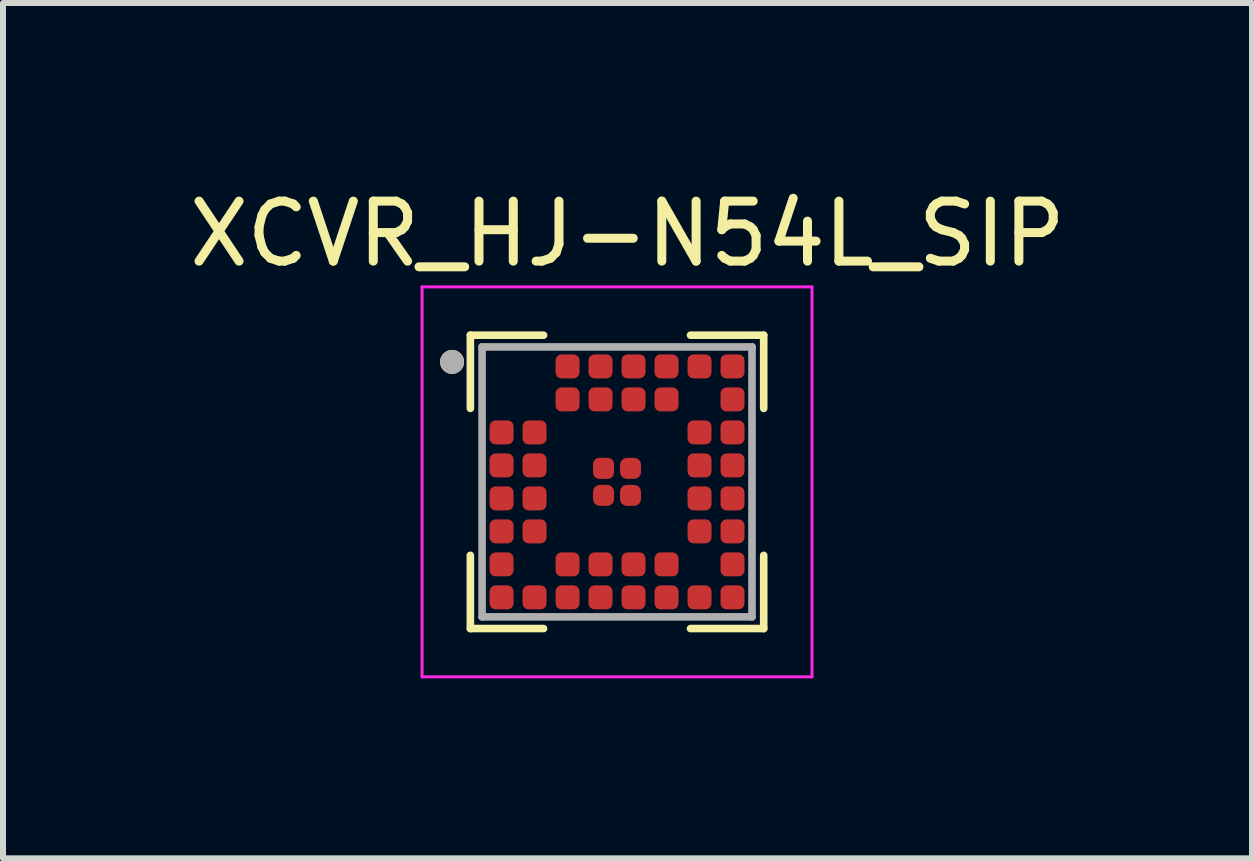
<source format=kicad_pcb>
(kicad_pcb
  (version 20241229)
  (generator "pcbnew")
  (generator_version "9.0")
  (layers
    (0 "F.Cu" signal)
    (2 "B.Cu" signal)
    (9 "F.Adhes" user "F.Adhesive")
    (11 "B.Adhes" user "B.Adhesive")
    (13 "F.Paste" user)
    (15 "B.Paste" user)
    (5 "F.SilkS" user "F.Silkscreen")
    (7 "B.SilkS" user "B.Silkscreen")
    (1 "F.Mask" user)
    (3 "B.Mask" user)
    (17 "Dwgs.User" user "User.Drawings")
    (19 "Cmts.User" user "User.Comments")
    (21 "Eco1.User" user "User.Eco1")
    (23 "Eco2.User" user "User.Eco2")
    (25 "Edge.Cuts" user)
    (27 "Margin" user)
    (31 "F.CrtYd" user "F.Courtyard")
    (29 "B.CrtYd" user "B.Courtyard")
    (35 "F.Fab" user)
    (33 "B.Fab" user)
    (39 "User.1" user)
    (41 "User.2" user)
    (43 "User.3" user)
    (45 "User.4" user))
  (footprint "XCVR_HJ-N54L_SIP"
    (layer "F.Cu")
    (at 7.236 4.983)
    (property "Reference" "XCVR_HJ-N54L_SIP" (at 0.175 -4.135 0) (layer "F.SilkS") (effects (font (size 1 1) (thickness 0.15))))
    (attr smd)
    (fp_poly (pts (xy -1.675 -0.925) (xy -1.675 -0.725) (xy -1.675 -0.717) (xy -1.676 -0.709) (xy -1.677 -0.702) (xy -1.678 -0.694) (xy -1.68 -0.686) (xy -1.682 -0.679) (xy -1.685 -0.671) (xy -1.688 -0.664) (xy -1.691 -0.657) (xy -1.695 -0.65) (xy -1.699 -0.643) (xy -1.704 -0.637) (xy -1.708 -0.631) (xy -1.714 -0.625) (xy -1.719 -0.619) (xy -1.725 -0.614) (xy -1.731 -0.608) (xy -1.737 -0.604) (xy -1.743 -0.599) (xy -1.75 -0.595) (xy -1.757 -0.591) (xy -1.764 -0.588) (xy -1.771 -0.585) (xy -1.779 -0.582) (xy -1.786 -0.58) (xy -1.794 -0.578) (xy -1.802 -0.577) (xy -1.809 -0.576) (xy -1.817 -0.575) (xy -1.825 -0.575) (xy -2.025 -0.575) (xy -2.033 -0.575) (xy -2.041 -0.576) (xy -2.048 -0.577) (xy -2.056 -0.578) (xy -2.064 -0.58) (xy -2.071 -0.582) (xy -2.079 -0.585) (xy -2.086 -0.588) (xy -2.093 -0.591) (xy -2.1 -0.595) (xy -2.107 -0.599) (xy -2.113 -0.604) (xy -2.119 -0.608) (xy -2.125 -0.614) (xy -2.131 -0.619) (xy -2.136 -0.625) (xy -2.142 -0.631) (xy -2.146 -0.637) (xy -2.151 -0.643) (xy -2.155 -0.65) (xy -2.159 -0.657) (xy -2.162 -0.664) (xy -2.165 -0.671) (xy -2.168 -0.679) (xy -2.17 -0.686) (xy -2.172 -0.694) (xy -2.173 -0.702) (xy -2.174 -0.709) (xy -2.175 -0.717) (xy -2.175 -0.725) (xy -2.175 -0.925) (xy -2.175 -0.933) (xy -2.174 -0.941) (xy -2.173 -0.948) (xy -2.172 -0.956) (xy -2.17 -0.964) (xy -2.168 -0.971) (xy -2.165 -0.979) (xy -2.162 -0.986) (xy -2.159 -0.993) (xy -2.155 -1) (xy -2.151 -1.007) (xy -2.146 -1.013) (xy -2.142 -1.019) (xy -2.136 -1.025) (xy -2.131 -1.031) (xy -2.125 -1.036) (xy -2.119 -1.042) (xy -2.113 -1.046) (xy -2.107 -1.051) (xy -2.1 -1.055) (xy -2.093 -1.059) (xy -2.086 -1.062) (xy -2.079 -1.065) (xy -2.071 -1.068) (xy -2.064 -1.07) (xy -2.056 -1.072) (xy -2.048 -1.073) (xy -2.041 -1.074) (xy -2.033 -1.075) (xy -2.025 -1.075) (xy -1.825 -1.075) (xy -1.817 -1.075) (xy -1.809 -1.074) (xy -1.802 -1.073) (xy -1.794 -1.072) (xy -1.786 -1.07) (xy -1.779 -1.068) (xy -1.771 -1.065) (xy -1.764 -1.062) (xy -1.757 -1.059) (xy -1.75 -1.055) (xy -1.743 -1.051) (xy -1.737 -1.046) (xy -1.731 -1.042) (xy -1.725 -1.036) (xy -1.719 -1.031) (xy -1.714 -1.025) (xy -1.708 -1.019) (xy -1.704 -1.013) (xy -1.699 -1.007) (xy -1.695 -1) (xy -1.691 -0.993) (xy -1.688 -0.986) (xy -1.685 -0.979) (xy -1.682 -0.971) (xy -1.68 -0.964) (xy -1.678 -0.956) (xy -1.677 -0.948) (xy -1.676 -0.941) (xy -1.675 -0.933) (xy -1.675 -0.925)) (stroke (width 0.01) (type solid)) (fill yes) (layer "F.Mask"))
    (fp_poly (pts (xy -1.675 -0.375) (xy -1.675 -0.175) (xy -1.675 -0.167) (xy -1.676 -0.159) (xy -1.677 -0.152) (xy -1.678 -0.144) (xy -1.68 -0.136) (xy -1.682 -0.129) (xy -1.685 -0.121) (xy -1.688 -0.114) (xy -1.691 -0.107) (xy -1.695 -0.1) (xy -1.699 -0.093) (xy -1.704 -0.087) (xy -1.708 -0.081) (xy -1.714 -0.075) (xy -1.719 -0.069) (xy -1.725 -0.064) (xy -1.731 -0.058) (xy -1.737 -0.054) (xy -1.743 -0.049) (xy -1.75 -0.045) (xy -1.757 -0.041) (xy -1.764 -0.038) (xy -1.771 -0.035) (xy -1.779 -0.032) (xy -1.786 -0.03) (xy -1.794 -0.028) (xy -1.802 -0.027) (xy -1.809 -0.026) (xy -1.817 -0.025) (xy -1.825 -0.025) (xy -2.025 -0.025) (xy -2.033 -0.025) (xy -2.041 -0.026) (xy -2.048 -0.027) (xy -2.056 -0.028) (xy -2.064 -0.03) (xy -2.071 -0.032) (xy -2.079 -0.035) (xy -2.086 -0.038) (xy -2.093 -0.041) (xy -2.1 -0.045) (xy -2.107 -0.049) (xy -2.113 -0.054) (xy -2.119 -0.058) (xy -2.125 -0.064) (xy -2.131 -0.069) (xy -2.136 -0.075) (xy -2.142 -0.081) (xy -2.146 -0.087) (xy -2.151 -0.093) (xy -2.155 -0.1) (xy -2.159 -0.107) (xy -2.162 -0.114) (xy -2.165 -0.121) (xy -2.168 -0.129) (xy -2.17 -0.136) (xy -2.172 -0.144) (xy -2.173 -0.152) (xy -2.174 -0.159) (xy -2.175 -0.167) (xy -2.175 -0.175) (xy -2.175 -0.375) (xy -2.175 -0.383) (xy -2.174 -0.391) (xy -2.173 -0.398) (xy -2.172 -0.406) (xy -2.17 -0.414) (xy -2.168 -0.421) (xy -2.165 -0.429) (xy -2.162 -0.436) (xy -2.159 -0.443) (xy -2.155 -0.45) (xy -2.151 -0.457) (xy -2.146 -0.463) (xy -2.142 -0.469) (xy -2.136 -0.475) (xy -2.131 -0.481) (xy -2.125 -0.486) (xy -2.119 -0.492) (xy -2.113 -0.496) (xy -2.107 -0.501) (xy -2.1 -0.505) (xy -2.093 -0.509) (xy -2.086 -0.512) (xy -2.079 -0.515) (xy -2.071 -0.518) (xy -2.064 -0.52) (xy -2.056 -0.522) (xy -2.048 -0.523) (xy -2.041 -0.524) (xy -2.033 -0.525) (xy -2.025 -0.525) (xy -1.825 -0.525) (xy -1.817 -0.525) (xy -1.809 -0.524) (xy -1.802 -0.523) (xy -1.794 -0.522) (xy -1.786 -0.52) (xy -1.779 -0.518) (xy -1.771 -0.515) (xy -1.764 -0.512) (xy -1.757 -0.509) (xy -1.75 -0.505) (xy -1.743 -0.501) (xy -1.737 -0.496) (xy -1.731 -0.492) (xy -1.725 -0.486) (xy -1.719 -0.481) (xy -1.714 -0.475) (xy -1.708 -0.469) (xy -1.704 -0.463) (xy -1.699 -0.457) (xy -1.695 -0.45) (xy -1.691 -0.443) (xy -1.688 -0.436) (xy -1.685 -0.429) (xy -1.682 -0.421) (xy -1.68 -0.414) (xy -1.678 -0.406) (xy -1.677 -0.398) (xy -1.676 -0.391) (xy -1.675 -0.383) (xy -1.675 -0.375)) (stroke (width 0.01) (type solid)) (fill yes) (layer "F.Mask"))
    (fp_poly (pts (xy -1.675 0.175) (xy -1.675 0.375) (xy -1.675 0.383) (xy -1.676 0.391) (xy -1.677 0.398) (xy -1.678 0.406) (xy -1.68 0.414) (xy -1.682 0.421) (xy -1.685 0.429) (xy -1.688 0.436) (xy -1.691 0.443) (xy -1.695 0.45) (xy -1.699 0.457) (xy -1.704 0.463) (xy -1.708 0.469) (xy -1.714 0.475) (xy -1.719 0.481) (xy -1.725 0.486) (xy -1.731 0.492) (xy -1.737 0.496) (xy -1.743 0.501) (xy -1.75 0.505) (xy -1.757 0.509) (xy -1.764 0.512) (xy -1.771 0.515) (xy -1.779 0.518) (xy -1.786 0.52) (xy -1.794 0.522) (xy -1.802 0.523) (xy -1.809 0.524) (xy -1.817 0.525) (xy -1.825 0.525) (xy -2.025 0.525) (xy -2.033 0.525) (xy -2.041 0.524) (xy -2.048 0.523) (xy -2.056 0.522) (xy -2.064 0.52) (xy -2.071 0.518) (xy -2.079 0.515) (xy -2.086 0.512) (xy -2.093 0.509) (xy -2.1 0.505) (xy -2.107 0.501) (xy -2.113 0.496) (xy -2.119 0.492) (xy -2.125 0.486) (xy -2.131 0.481) (xy -2.136 0.475) (xy -2.142 0.469) (xy -2.146 0.463) (xy -2.151 0.457) (xy -2.155 0.45) (xy -2.159 0.443) (xy -2.162 0.436) (xy -2.165 0.429) (xy -2.168 0.421) (xy -2.17 0.414) (xy -2.172 0.406) (xy -2.173 0.398) (xy -2.174 0.391) (xy -2.175 0.383) (xy -2.175 0.375) (xy -2.175 0.175) (xy -2.175 0.167) (xy -2.174 0.159) (xy -2.173 0.152) (xy -2.172 0.144) (xy -2.17 0.136) (xy -2.168 0.129) (xy -2.165 0.121) (xy -2.162 0.114) (xy -2.159 0.107) (xy -2.155 0.1) (xy -2.151 0.093) (xy -2.146 0.087) (xy -2.142 0.081) (xy -2.136 0.075) (xy -2.131 0.069) (xy -2.125 0.064) (xy -2.119 0.058) (xy -2.113 0.054) (xy -2.107 0.049) (xy -2.1 0.045) (xy -2.093 0.041) (xy -2.086 0.038) (xy -2.079 0.035) (xy -2.071 0.032) (xy -2.064 0.03) (xy -2.056 0.028) (xy -2.048 0.027) (xy -2.041 0.026) (xy -2.033 0.025) (xy -2.025 0.025) (xy -1.825 0.025) (xy -1.817 0.025) (xy -1.809 0.026) (xy -1.802 0.027) (xy -1.794 0.028) (xy -1.786 0.03) (xy -1.779 0.032) (xy -1.771 0.035) (xy -1.764 0.038) (xy -1.757 0.041) (xy -1.75 0.045) (xy -1.743 0.049) (xy -1.737 0.054) (xy -1.731 0.058) (xy -1.725 0.064) (xy -1.719 0.069) (xy -1.714 0.075) (xy -1.708 0.081) (xy -1.704 0.087) (xy -1.699 0.093) (xy -1.695 0.1) (xy -1.691 0.107) (xy -1.688 0.114) (xy -1.685 0.121) (xy -1.682 0.129) (xy -1.68 0.136) (xy -1.678 0.144) (xy -1.677 0.152) (xy -1.676 0.159) (xy -1.675 0.167) (xy -1.675 0.175)) (stroke (width 0.01) (type solid)) (fill yes) (layer "F.Mask"))
    (fp_poly (pts (xy -1.675 0.725) (xy -1.675 0.925) (xy -1.675 0.933) (xy -1.676 0.941) (xy -1.677 0.948) (xy -1.678 0.956) (xy -1.68 0.964) (xy -1.682 0.971) (xy -1.685 0.979) (xy -1.688 0.986) (xy -1.691 0.993) (xy -1.695 1) (xy -1.699 1.007) (xy -1.704 1.013) (xy -1.708 1.019) (xy -1.714 1.025) (xy -1.719 1.031) (xy -1.725 1.036) (xy -1.731 1.042) (xy -1.737 1.046) (xy -1.743 1.051) (xy -1.75 1.055) (xy -1.757 1.059) (xy -1.764 1.062) (xy -1.771 1.065) (xy -1.779 1.068) (xy -1.786 1.07) (xy -1.794 1.072) (xy -1.802 1.073) (xy -1.809 1.074) (xy -1.817 1.075) (xy -1.825 1.075) (xy -2.025 1.075) (xy -2.033 1.075) (xy -2.041 1.074) (xy -2.048 1.073) (xy -2.056 1.072) (xy -2.064 1.07) (xy -2.071 1.068) (xy -2.079 1.065) (xy -2.086 1.062) (xy -2.093 1.059) (xy -2.1 1.055) (xy -2.107 1.051) (xy -2.113 1.046) (xy -2.119 1.042) (xy -2.125 1.036) (xy -2.131 1.031) (xy -2.136 1.025) (xy -2.142 1.019) (xy -2.146 1.013) (xy -2.151 1.007) (xy -2.155 1) (xy -2.159 0.993) (xy -2.162 0.986) (xy -2.165 0.979) (xy -2.168 0.971) (xy -2.17 0.964) (xy -2.172 0.956) (xy -2.173 0.948) (xy -2.174 0.941) (xy -2.175 0.933) (xy -2.175 0.925) (xy -2.175 0.725) (xy -2.175 0.717) (xy -2.174 0.709) (xy -2.173 0.702) (xy -2.172 0.694) (xy -2.17 0.686) (xy -2.168 0.679) (xy -2.165 0.671) (xy -2.162 0.664) (xy -2.159 0.657) (xy -2.155 0.65) (xy -2.151 0.643) (xy -2.146 0.637) (xy -2.142 0.631) (xy -2.136 0.625) (xy -2.131 0.619) (xy -2.125 0.614) (xy -2.119 0.608) (xy -2.113 0.604) (xy -2.107 0.599) (xy -2.1 0.595) (xy -2.093 0.591) (xy -2.086 0.588) (xy -2.079 0.585) (xy -2.071 0.582) (xy -2.064 0.58) (xy -2.056 0.578) (xy -2.048 0.577) (xy -2.041 0.576) (xy -2.033 0.575) (xy -2.025 0.575) (xy -1.825 0.575) (xy -1.817 0.575) (xy -1.809 0.576) (xy -1.802 0.577) (xy -1.794 0.578) (xy -1.786 0.58) (xy -1.779 0.582) (xy -1.771 0.585) (xy -1.764 0.588) (xy -1.757 0.591) (xy -1.75 0.595) (xy -1.743 0.599) (xy -1.737 0.604) (xy -1.731 0.608) (xy -1.725 0.614) (xy -1.719 0.619) (xy -1.714 0.625) (xy -1.708 0.631) (xy -1.704 0.637) (xy -1.699 0.643) (xy -1.695 0.65) (xy -1.691 0.657) (xy -1.688 0.664) (xy -1.685 0.671) (xy -1.682 0.679) (xy -1.68 0.686) (xy -1.678 0.694) (xy -1.677 0.702) (xy -1.676 0.709) (xy -1.675 0.717) (xy -1.675 0.725)) (stroke (width 0.01) (type solid)) (fill yes) (layer "F.Mask"))
    (fp_poly (pts (xy -1.675 1.275) (xy -1.675 1.475) (xy -1.675 1.483) (xy -1.676 1.491) (xy -1.677 1.498) (xy -1.678 1.506) (xy -1.68 1.514) (xy -1.682 1.521) (xy -1.685 1.529) (xy -1.688 1.536) (xy -1.691 1.543) (xy -1.695 1.55) (xy -1.699 1.557) (xy -1.704 1.563) (xy -1.708 1.569) (xy -1.714 1.575) (xy -1.719 1.581) (xy -1.725 1.586) (xy -1.731 1.592) (xy -1.737 1.596) (xy -1.743 1.601) (xy -1.75 1.605) (xy -1.757 1.609) (xy -1.764 1.612) (xy -1.771 1.615) (xy -1.779 1.618) (xy -1.786 1.62) (xy -1.794 1.622) (xy -1.802 1.623) (xy -1.809 1.624) (xy -1.817 1.625) (xy -1.825 1.625) (xy -2.025 1.625) (xy -2.033 1.625) (xy -2.041 1.624) (xy -2.048 1.623) (xy -2.056 1.622) (xy -2.064 1.62) (xy -2.071 1.618) (xy -2.079 1.615) (xy -2.086 1.612) (xy -2.093 1.609) (xy -2.1 1.605) (xy -2.107 1.601) (xy -2.113 1.596) (xy -2.119 1.592) (xy -2.125 1.586) (xy -2.131 1.581) (xy -2.136 1.575) (xy -2.142 1.569) (xy -2.146 1.563) (xy -2.151 1.557) (xy -2.155 1.55) (xy -2.159 1.543) (xy -2.162 1.536) (xy -2.165 1.529) (xy -2.168 1.521) (xy -2.17 1.514) (xy -2.172 1.506) (xy -2.173 1.498) (xy -2.174 1.491) (xy -2.175 1.483) (xy -2.175 1.475) (xy -2.175 1.275) (xy -2.175 1.267) (xy -2.174 1.259) (xy -2.173 1.252) (xy -2.172 1.244) (xy -2.17 1.236) (xy -2.168 1.229) (xy -2.165 1.221) (xy -2.162 1.214) (xy -2.159 1.207) (xy -2.155 1.2) (xy -2.151 1.193) (xy -2.146 1.187) (xy -2.142 1.181) (xy -2.136 1.175) (xy -2.131 1.169) (xy -2.125 1.164) (xy -2.119 1.158) (xy -2.113 1.154) (xy -2.107 1.149) (xy -2.1 1.145) (xy -2.093 1.141) (xy -2.086 1.138) (xy -2.079 1.135) (xy -2.071 1.132) (xy -2.064 1.13) (xy -2.056 1.128) (xy -2.048 1.127) (xy -2.041 1.126) (xy -2.033 1.125) (xy -2.025 1.125) (xy -1.825 1.125) (xy -1.817 1.125) (xy -1.809 1.126) (xy -1.802 1.127) (xy -1.794 1.128) (xy -1.786 1.13) (xy -1.779 1.132) (xy -1.771 1.135) (xy -1.764 1.138) (xy -1.757 1.141) (xy -1.75 1.145) (xy -1.743 1.149) (xy -1.737 1.154) (xy -1.731 1.158) (xy -1.725 1.164) (xy -1.719 1.169) (xy -1.714 1.175) (xy -1.708 1.181) (xy -1.704 1.187) (xy -1.699 1.193) (xy -1.695 1.2) (xy -1.691 1.207) (xy -1.688 1.214) (xy -1.685 1.221) (xy -1.682 1.229) (xy -1.68 1.236) (xy -1.678 1.244) (xy -1.677 1.252) (xy -1.676 1.259) (xy -1.675 1.267) (xy -1.675 1.275)) (stroke (width 0.01) (type solid)) (fill yes) (layer "F.Mask"))
    (fp_poly (pts (xy -1.675 1.825) (xy -1.675 2.025) (xy -1.675 2.033) (xy -1.676 2.041) (xy -1.677 2.048) (xy -1.678 2.056) (xy -1.68 2.064) (xy -1.682 2.071) (xy -1.685 2.079) (xy -1.688 2.086) (xy -1.691 2.093) (xy -1.695 2.1) (xy -1.699 2.107) (xy -1.704 2.113) (xy -1.708 2.119) (xy -1.714 2.125) (xy -1.719 2.131) (xy -1.725 2.136) (xy -1.731 2.142) (xy -1.737 2.146) (xy -1.743 2.151) (xy -1.75 2.155) (xy -1.757 2.159) (xy -1.764 2.162) (xy -1.771 2.165) (xy -1.779 2.168) (xy -1.786 2.17) (xy -1.794 2.172) (xy -1.802 2.173) (xy -1.809 2.174) (xy -1.817 2.175) (xy -1.825 2.175) (xy -2.025 2.175) (xy -2.033 2.175) (xy -2.041 2.174) (xy -2.048 2.173) (xy -2.056 2.172) (xy -2.064 2.17) (xy -2.071 2.168) (xy -2.079 2.165) (xy -2.086 2.162) (xy -2.093 2.159) (xy -2.1 2.155) (xy -2.107 2.151) (xy -2.113 2.146) (xy -2.119 2.142) (xy -2.125 2.136) (xy -2.131 2.131) (xy -2.136 2.125) (xy -2.142 2.119) (xy -2.146 2.113) (xy -2.151 2.107) (xy -2.155 2.1) (xy -2.159 2.093) (xy -2.162 2.086) (xy -2.165 2.079) (xy -2.168 2.071) (xy -2.17 2.064) (xy -2.172 2.056) (xy -2.173 2.048) (xy -2.174 2.041) (xy -2.175 2.033) (xy -2.175 2.025) (xy -2.175 1.825) (xy -2.175 1.817) (xy -2.174 1.809) (xy -2.173 1.802) (xy -2.172 1.794) (xy -2.17 1.786) (xy -2.168 1.779) (xy -2.165 1.771) (xy -2.162 1.764) (xy -2.159 1.757) (xy -2.155 1.75) (xy -2.151 1.743) (xy -2.146 1.737) (xy -2.142 1.731) (xy -2.136 1.725) (xy -2.131 1.719) (xy -2.125 1.714) (xy -2.119 1.708) (xy -2.113 1.704) (xy -2.107 1.699) (xy -2.1 1.695) (xy -2.093 1.691) (xy -2.086 1.688) (xy -2.079 1.685) (xy -2.071 1.682) (xy -2.064 1.68) (xy -2.056 1.678) (xy -2.048 1.677) (xy -2.041 1.676) (xy -2.033 1.675) (xy -2.025 1.675) (xy -1.825 1.675) (xy -1.817 1.675) (xy -1.809 1.676) (xy -1.802 1.677) (xy -1.794 1.678) (xy -1.786 1.68) (xy -1.779 1.682) (xy -1.771 1.685) (xy -1.764 1.688) (xy -1.757 1.691) (xy -1.75 1.695) (xy -1.743 1.699) (xy -1.737 1.704) (xy -1.731 1.708) (xy -1.725 1.714) (xy -1.719 1.719) (xy -1.714 1.725) (xy -1.708 1.731) (xy -1.704 1.737) (xy -1.699 1.743) (xy -1.695 1.75) (xy -1.691 1.757) (xy -1.688 1.764) (xy -1.685 1.771) (xy -1.682 1.779) (xy -1.68 1.786) (xy -1.678 1.794) (xy -1.677 1.802) (xy -1.676 1.809) (xy -1.675 1.817) (xy -1.675 1.825)) (stroke (width 0.01) (type solid)) (fill yes) (layer "F.Mask"))
    (fp_poly (pts (xy -1.125 -0.925) (xy -1.125 -0.725) (xy -1.125 -0.717) (xy -1.126 -0.709) (xy -1.127 -0.702) (xy -1.128 -0.694) (xy -1.13 -0.686) (xy -1.132 -0.679) (xy -1.135 -0.671) (xy -1.138 -0.664) (xy -1.141 -0.657) (xy -1.145 -0.65) (xy -1.149 -0.643) (xy -1.154 -0.637) (xy -1.158 -0.631) (xy -1.164 -0.625) (xy -1.169 -0.619) (xy -1.175 -0.614) (xy -1.181 -0.608) (xy -1.187 -0.604) (xy -1.193 -0.599) (xy -1.2 -0.595) (xy -1.207 -0.591) (xy -1.214 -0.588) (xy -1.221 -0.585) (xy -1.229 -0.582) (xy -1.236 -0.58) (xy -1.244 -0.578) (xy -1.252 -0.577) (xy -1.259 -0.576) (xy -1.267 -0.575) (xy -1.275 -0.575) (xy -1.475 -0.575) (xy -1.483 -0.575) (xy -1.491 -0.576) (xy -1.498 -0.577) (xy -1.506 -0.578) (xy -1.514 -0.58) (xy -1.521 -0.582) (xy -1.529 -0.585) (xy -1.536 -0.588) (xy -1.543 -0.591) (xy -1.55 -0.595) (xy -1.557 -0.599) (xy -1.563 -0.604) (xy -1.569 -0.608) (xy -1.575 -0.614) (xy -1.581 -0.619) (xy -1.586 -0.625) (xy -1.592 -0.631) (xy -1.596 -0.637) (xy -1.601 -0.643) (xy -1.605 -0.65) (xy -1.609 -0.657) (xy -1.612 -0.664) (xy -1.615 -0.671) (xy -1.618 -0.679) (xy -1.62 -0.686) (xy -1.622 -0.694) (xy -1.623 -0.702) (xy -1.624 -0.709) (xy -1.625 -0.717) (xy -1.625 -0.725) (xy -1.625 -0.925) (xy -1.625 -0.933) (xy -1.624 -0.941) (xy -1.623 -0.948) (xy -1.622 -0.956) (xy -1.62 -0.964) (xy -1.618 -0.971) (xy -1.615 -0.979) (xy -1.612 -0.986) (xy -1.609 -0.993) (xy -1.605 -1) (xy -1.601 -1.007) (xy -1.596 -1.013) (xy -1.592 -1.019) (xy -1.586 -1.025) (xy -1.581 -1.031) (xy -1.575 -1.036) (xy -1.569 -1.042) (xy -1.563 -1.046) (xy -1.557 -1.051) (xy -1.55 -1.055) (xy -1.543 -1.059) (xy -1.536 -1.062) (xy -1.529 -1.065) (xy -1.521 -1.068) (xy -1.514 -1.07) (xy -1.506 -1.072) (xy -1.498 -1.073) (xy -1.491 -1.074) (xy -1.483 -1.075) (xy -1.475 -1.075) (xy -1.275 -1.075) (xy -1.267 -1.075) (xy -1.259 -1.074) (xy -1.252 -1.073) (xy -1.244 -1.072) (xy -1.236 -1.07) (xy -1.229 -1.068) (xy -1.221 -1.065) (xy -1.214 -1.062) (xy -1.207 -1.059) (xy -1.2 -1.055) (xy -1.193 -1.051) (xy -1.187 -1.046) (xy -1.181 -1.042) (xy -1.175 -1.036) (xy -1.169 -1.031) (xy -1.164 -1.025) (xy -1.158 -1.019) (xy -1.154 -1.013) (xy -1.149 -1.007) (xy -1.145 -1) (xy -1.141 -0.993) (xy -1.138 -0.986) (xy -1.135 -0.979) (xy -1.132 -0.971) (xy -1.13 -0.964) (xy -1.128 -0.956) (xy -1.127 -0.948) (xy -1.126 -0.941) (xy -1.125 -0.933) (xy -1.125 -0.925)) (stroke (width 0.01) (type solid)) (fill yes) (layer "F.Mask"))
    (fp_poly (pts (xy -1.125 -0.375) (xy -1.125 -0.175) (xy -1.125 -0.167) (xy -1.126 -0.159) (xy -1.127 -0.152) (xy -1.128 -0.144) (xy -1.13 -0.136) (xy -1.132 -0.129) (xy -1.135 -0.121) (xy -1.138 -0.114) (xy -1.141 -0.107) (xy -1.145 -0.1) (xy -1.149 -0.093) (xy -1.154 -0.087) (xy -1.158 -0.081) (xy -1.164 -0.075) (xy -1.169 -0.069) (xy -1.175 -0.064) (xy -1.181 -0.058) (xy -1.187 -0.054) (xy -1.193 -0.049) (xy -1.2 -0.045) (xy -1.207 -0.041) (xy -1.214 -0.038) (xy -1.221 -0.035) (xy -1.229 -0.032) (xy -1.236 -0.03) (xy -1.244 -0.028) (xy -1.252 -0.027) (xy -1.259 -0.026) (xy -1.267 -0.025) (xy -1.275 -0.025) (xy -1.475 -0.025) (xy -1.483 -0.025) (xy -1.491 -0.026) (xy -1.498 -0.027) (xy -1.506 -0.028) (xy -1.514 -0.03) (xy -1.521 -0.032) (xy -1.529 -0.035) (xy -1.536 -0.038) (xy -1.543 -0.041) (xy -1.55 -0.045) (xy -1.557 -0.049) (xy -1.563 -0.054) (xy -1.569 -0.058) (xy -1.575 -0.064) (xy -1.581 -0.069) (xy -1.586 -0.075) (xy -1.592 -0.081) (xy -1.596 -0.087) (xy -1.601 -0.093) (xy -1.605 -0.1) (xy -1.609 -0.107) (xy -1.612 -0.114) (xy -1.615 -0.121) (xy -1.618 -0.129) (xy -1.62 -0.136) (xy -1.622 -0.144) (xy -1.623 -0.152) (xy -1.624 -0.159) (xy -1.625 -0.167) (xy -1.625 -0.175) (xy -1.625 -0.375) (xy -1.625 -0.383) (xy -1.624 -0.391) (xy -1.623 -0.398) (xy -1.622 -0.406) (xy -1.62 -0.414) (xy -1.618 -0.421) (xy -1.615 -0.429) (xy -1.612 -0.436) (xy -1.609 -0.443) (xy -1.605 -0.45) (xy -1.601 -0.457) (xy -1.596 -0.463) (xy -1.592 -0.469) (xy -1.586 -0.475) (xy -1.581 -0.481) (xy -1.575 -0.486) (xy -1.569 -0.492) (xy -1.563 -0.496) (xy -1.557 -0.501) (xy -1.55 -0.505) (xy -1.543 -0.509) (xy -1.536 -0.512) (xy -1.529 -0.515) (xy -1.521 -0.518) (xy -1.514 -0.52) (xy -1.506 -0.522) (xy -1.498 -0.523) (xy -1.491 -0.524) (xy -1.483 -0.525) (xy -1.475 -0.525) (xy -1.275 -0.525) (xy -1.267 -0.525) (xy -1.259 -0.524) (xy -1.252 -0.523) (xy -1.244 -0.522) (xy -1.236 -0.52) (xy -1.229 -0.518) (xy -1.221 -0.515) (xy -1.214 -0.512) (xy -1.207 -0.509) (xy -1.2 -0.505) (xy -1.193 -0.501) (xy -1.187 -0.496) (xy -1.181 -0.492) (xy -1.175 -0.486) (xy -1.169 -0.481) (xy -1.164 -0.475) (xy -1.158 -0.469) (xy -1.154 -0.463) (xy -1.149 -0.457) (xy -1.145 -0.45) (xy -1.141 -0.443) (xy -1.138 -0.436) (xy -1.135 -0.429) (xy -1.132 -0.421) (xy -1.13 -0.414) (xy -1.128 -0.406) (xy -1.127 -0.398) (xy -1.126 -0.391) (xy -1.125 -0.383) (xy -1.125 -0.375)) (stroke (width 0.01) (type solid)) (fill yes) (layer "F.Mask"))
    (fp_poly (pts (xy -1.125 0.175) (xy -1.125 0.375) (xy -1.125 0.383) (xy -1.126 0.391) (xy -1.127 0.398) (xy -1.128 0.406) (xy -1.13 0.414) (xy -1.132 0.421) (xy -1.135 0.429) (xy -1.138 0.436) (xy -1.141 0.443) (xy -1.145 0.45) (xy -1.149 0.457) (xy -1.154 0.463) (xy -1.158 0.469) (xy -1.164 0.475) (xy -1.169 0.481) (xy -1.175 0.486) (xy -1.181 0.492) (xy -1.187 0.496) (xy -1.193 0.501) (xy -1.2 0.505) (xy -1.207 0.509) (xy -1.214 0.512) (xy -1.221 0.515) (xy -1.229 0.518) (xy -1.236 0.52) (xy -1.244 0.522) (xy -1.252 0.523) (xy -1.259 0.524) (xy -1.267 0.525) (xy -1.275 0.525) (xy -1.475 0.525) (xy -1.483 0.525) (xy -1.491 0.524) (xy -1.498 0.523) (xy -1.506 0.522) (xy -1.514 0.52) (xy -1.521 0.518) (xy -1.529 0.515) (xy -1.536 0.512) (xy -1.543 0.509) (xy -1.55 0.505) (xy -1.557 0.501) (xy -1.563 0.496) (xy -1.569 0.492) (xy -1.575 0.486) (xy -1.581 0.481) (xy -1.586 0.475) (xy -1.592 0.469) (xy -1.596 0.463) (xy -1.601 0.457) (xy -1.605 0.45) (xy -1.609 0.443) (xy -1.612 0.436) (xy -1.615 0.429) (xy -1.618 0.421) (xy -1.62 0.414) (xy -1.622 0.406) (xy -1.623 0.398) (xy -1.624 0.391) (xy -1.625 0.383) (xy -1.625 0.375) (xy -1.625 0.175) (xy -1.625 0.167) (xy -1.624 0.159) (xy -1.623 0.152) (xy -1.622 0.144) (xy -1.62 0.136) (xy -1.618 0.129) (xy -1.615 0.121) (xy -1.612 0.114) (xy -1.609 0.107) (xy -1.605 0.1) (xy -1.601 0.093) (xy -1.596 0.087) (xy -1.592 0.081) (xy -1.586 0.075) (xy -1.581 0.069) (xy -1.575 0.064) (xy -1.569 0.058) (xy -1.563 0.054) (xy -1.557 0.049) (xy -1.55 0.045) (xy -1.543 0.041) (xy -1.536 0.038) (xy -1.529 0.035) (xy -1.521 0.032) (xy -1.514 0.03) (xy -1.506 0.028) (xy -1.498 0.027) (xy -1.491 0.026) (xy -1.483 0.025) (xy -1.475 0.025) (xy -1.275 0.025) (xy -1.267 0.025) (xy -1.259 0.026) (xy -1.252 0.027) (xy -1.244 0.028) (xy -1.236 0.03) (xy -1.229 0.032) (xy -1.221 0.035) (xy -1.214 0.038) (xy -1.207 0.041) (xy -1.2 0.045) (xy -1.193 0.049) (xy -1.187 0.054) (xy -1.181 0.058) (xy -1.175 0.064) (xy -1.169 0.069) (xy -1.164 0.075) (xy -1.158 0.081) (xy -1.154 0.087) (xy -1.149 0.093) (xy -1.145 0.1) (xy -1.141 0.107) (xy -1.138 0.114) (xy -1.135 0.121) (xy -1.132 0.129) (xy -1.13 0.136) (xy -1.128 0.144) (xy -1.127 0.152) (xy -1.126 0.159) (xy -1.125 0.167) (xy -1.125 0.175)) (stroke (width 0.01) (type solid)) (fill yes) (layer "F.Mask"))
    (fp_poly (pts (xy -1.125 0.725) (xy -1.125 0.925) (xy -1.125 0.933) (xy -1.126 0.941) (xy -1.127 0.948) (xy -1.128 0.956) (xy -1.13 0.964) (xy -1.132 0.971) (xy -1.135 0.979) (xy -1.138 0.986) (xy -1.141 0.993) (xy -1.145 1) (xy -1.149 1.007) (xy -1.154 1.013) (xy -1.158 1.019) (xy -1.164 1.025) (xy -1.169 1.031) (xy -1.175 1.036) (xy -1.181 1.042) (xy -1.187 1.046) (xy -1.193 1.051) (xy -1.2 1.055) (xy -1.207 1.059) (xy -1.214 1.062) (xy -1.221 1.065) (xy -1.229 1.068) (xy -1.236 1.07) (xy -1.244 1.072) (xy -1.252 1.073) (xy -1.259 1.074) (xy -1.267 1.075) (xy -1.275 1.075) (xy -1.475 1.075) (xy -1.483 1.075) (xy -1.491 1.074) (xy -1.498 1.073) (xy -1.506 1.072) (xy -1.514 1.07) (xy -1.521 1.068) (xy -1.529 1.065) (xy -1.536 1.062) (xy -1.543 1.059) (xy -1.55 1.055) (xy -1.557 1.051) (xy -1.563 1.046) (xy -1.569 1.042) (xy -1.575 1.036) (xy -1.581 1.031) (xy -1.586 1.025) (xy -1.592 1.019) (xy -1.596 1.013) (xy -1.601 1.007) (xy -1.605 1) (xy -1.609 0.993) (xy -1.612 0.986) (xy -1.615 0.979) (xy -1.618 0.971) (xy -1.62 0.964) (xy -1.622 0.956) (xy -1.623 0.948) (xy -1.624 0.941) (xy -1.625 0.933) (xy -1.625 0.925) (xy -1.625 0.725) (xy -1.625 0.717) (xy -1.624 0.709) (xy -1.623 0.702) (xy -1.622 0.694) (xy -1.62 0.686) (xy -1.618 0.679) (xy -1.615 0.671) (xy -1.612 0.664) (xy -1.609 0.657) (xy -1.605 0.65) (xy -1.601 0.643) (xy -1.596 0.637) (xy -1.592 0.631) (xy -1.586 0.625) (xy -1.581 0.619) (xy -1.575 0.614) (xy -1.569 0.608) (xy -1.563 0.604) (xy -1.557 0.599) (xy -1.55 0.595) (xy -1.543 0.591) (xy -1.536 0.588) (xy -1.529 0.585) (xy -1.521 0.582) (xy -1.514 0.58) (xy -1.506 0.578) (xy -1.498 0.577) (xy -1.491 0.576) (xy -1.483 0.575) (xy -1.475 0.575) (xy -1.275 0.575) (xy -1.267 0.575) (xy -1.259 0.576) (xy -1.252 0.577) (xy -1.244 0.578) (xy -1.236 0.58) (xy -1.229 0.582) (xy -1.221 0.585) (xy -1.214 0.588) (xy -1.207 0.591) (xy -1.2 0.595) (xy -1.193 0.599) (xy -1.187 0.604) (xy -1.181 0.608) (xy -1.175 0.614) (xy -1.169 0.619) (xy -1.164 0.625) (xy -1.158 0.631) (xy -1.154 0.637) (xy -1.149 0.643) (xy -1.145 0.65) (xy -1.141 0.657) (xy -1.138 0.664) (xy -1.135 0.671) (xy -1.132 0.679) (xy -1.13 0.686) (xy -1.128 0.694) (xy -1.127 0.702) (xy -1.126 0.709) (xy -1.125 0.717) (xy -1.125 0.725)) (stroke (width 0.01) (type solid)) (fill yes) (layer "F.Mask"))
    (fp_poly (pts (xy -1.125 1.825) (xy -1.125 2.025) (xy -1.125 2.033) (xy -1.126 2.041) (xy -1.127 2.048) (xy -1.128 2.056) (xy -1.13 2.064) (xy -1.132 2.071) (xy -1.135 2.079) (xy -1.138 2.086) (xy -1.141 2.093) (xy -1.145 2.1) (xy -1.149 2.107) (xy -1.154 2.113) (xy -1.158 2.119) (xy -1.164 2.125) (xy -1.169 2.131) (xy -1.175 2.136) (xy -1.181 2.142) (xy -1.187 2.146) (xy -1.193 2.151) (xy -1.2 2.155) (xy -1.207 2.159) (xy -1.214 2.162) (xy -1.221 2.165) (xy -1.229 2.168) (xy -1.236 2.17) (xy -1.244 2.172) (xy -1.252 2.173) (xy -1.259 2.174) (xy -1.267 2.175) (xy -1.275 2.175) (xy -1.475 2.175) (xy -1.483 2.175) (xy -1.491 2.174) (xy -1.498 2.173) (xy -1.506 2.172) (xy -1.514 2.17) (xy -1.521 2.168) (xy -1.529 2.165) (xy -1.536 2.162) (xy -1.543 2.159) (xy -1.55 2.155) (xy -1.557 2.151) (xy -1.563 2.146) (xy -1.569 2.142) (xy -1.575 2.136) (xy -1.581 2.131) (xy -1.586 2.125) (xy -1.592 2.119) (xy -1.596 2.113) (xy -1.601 2.107) (xy -1.605 2.1) (xy -1.609 2.093) (xy -1.612 2.086) (xy -1.615 2.079) (xy -1.618 2.071) (xy -1.62 2.064) (xy -1.622 2.056) (xy -1.623 2.048) (xy -1.624 2.041) (xy -1.625 2.033) (xy -1.625 2.025) (xy -1.625 1.825) (xy -1.625 1.817) (xy -1.624 1.809) (xy -1.623 1.802) (xy -1.622 1.794) (xy -1.62 1.786) (xy -1.618 1.779) (xy -1.615 1.771) (xy -1.612 1.764) (xy -1.609 1.757) (xy -1.605 1.75) (xy -1.601 1.743) (xy -1.596 1.737) (xy -1.592 1.731) (xy -1.586 1.725) (xy -1.581 1.719) (xy -1.575 1.714) (xy -1.569 1.708) (xy -1.563 1.704) (xy -1.557 1.699) (xy -1.55 1.695) (xy -1.543 1.691) (xy -1.536 1.688) (xy -1.529 1.685) (xy -1.521 1.682) (xy -1.514 1.68) (xy -1.506 1.678) (xy -1.498 1.677) (xy -1.491 1.676) (xy -1.483 1.675) (xy -1.475 1.675) (xy -1.275 1.675) (xy -1.267 1.675) (xy -1.259 1.676) (xy -1.252 1.677) (xy -1.244 1.678) (xy -1.236 1.68) (xy -1.229 1.682) (xy -1.221 1.685) (xy -1.214 1.688) (xy -1.207 1.691) (xy -1.2 1.695) (xy -1.193 1.699) (xy -1.187 1.704) (xy -1.181 1.708) (xy -1.175 1.714) (xy -1.169 1.719) (xy -1.164 1.725) (xy -1.158 1.731) (xy -1.154 1.737) (xy -1.149 1.743) (xy -1.145 1.75) (xy -1.141 1.757) (xy -1.138 1.764) (xy -1.135 1.771) (xy -1.132 1.779) (xy -1.13 1.786) (xy -1.128 1.794) (xy -1.127 1.802) (xy -1.126 1.809) (xy -1.125 1.817) (xy -1.125 1.825)) (stroke (width 0.01) (type solid)) (fill yes) (layer "F.Mask"))
    (fp_poly (pts (xy -0.575 -2.025) (xy -0.575 -1.825) (xy -0.575 -1.817) (xy -0.576 -1.809) (xy -0.577 -1.802) (xy -0.578 -1.794) (xy -0.58 -1.786) (xy -0.582 -1.779) (xy -0.585 -1.771) (xy -0.588 -1.764) (xy -0.591 -1.757) (xy -0.595 -1.75) (xy -0.599 -1.743) (xy -0.604 -1.737) (xy -0.608 -1.731) (xy -0.614 -1.725) (xy -0.619 -1.719) (xy -0.625 -1.714) (xy -0.631 -1.708) (xy -0.637 -1.704) (xy -0.643 -1.699) (xy -0.65 -1.695) (xy -0.657 -1.691) (xy -0.664 -1.688) (xy -0.671 -1.685) (xy -0.679 -1.682) (xy -0.686 -1.68) (xy -0.694 -1.678) (xy -0.702 -1.677) (xy -0.709 -1.676) (xy -0.717 -1.675) (xy -0.725 -1.675) (xy -0.925 -1.675) (xy -0.933 -1.675) (xy -0.941 -1.676) (xy -0.948 -1.677) (xy -0.956 -1.678) (xy -0.964 -1.68) (xy -0.971 -1.682) (xy -0.979 -1.685) (xy -0.986 -1.688) (xy -0.993 -1.691) (xy -1 -1.695) (xy -1.007 -1.699) (xy -1.013 -1.704) (xy -1.019 -1.708) (xy -1.025 -1.714) (xy -1.031 -1.719) (xy -1.036 -1.725) (xy -1.042 -1.731) (xy -1.046 -1.737) (xy -1.051 -1.743) (xy -1.055 -1.75) (xy -1.059 -1.757) (xy -1.062 -1.764) (xy -1.065 -1.771) (xy -1.068 -1.779) (xy -1.07 -1.786) (xy -1.072 -1.794) (xy -1.073 -1.802) (xy -1.074 -1.809) (xy -1.075 -1.817) (xy -1.075 -1.825) (xy -1.075 -2.025) (xy -1.075 -2.033) (xy -1.074 -2.041) (xy -1.073 -2.048) (xy -1.072 -2.056) (xy -1.07 -2.064) (xy -1.068 -2.071) (xy -1.065 -2.079) (xy -1.062 -2.086) (xy -1.059 -2.093) (xy -1.055 -2.1) (xy -1.051 -2.107) (xy -1.046 -2.113) (xy -1.042 -2.119) (xy -1.036 -2.125) (xy -1.031 -2.131) (xy -1.025 -2.136) (xy -1.019 -2.142) (xy -1.013 -2.146) (xy -1.007 -2.151) (xy -1 -2.155) (xy -0.993 -2.159) (xy -0.986 -2.162) (xy -0.979 -2.165) (xy -0.971 -2.168) (xy -0.964 -2.17) (xy -0.956 -2.172) (xy -0.948 -2.173) (xy -0.941 -2.174) (xy -0.933 -2.175) (xy -0.925 -2.175) (xy -0.725 -2.175) (xy -0.717 -2.175) (xy -0.709 -2.174) (xy -0.702 -2.173) (xy -0.694 -2.172) (xy -0.686 -2.17) (xy -0.679 -2.168) (xy -0.671 -2.165) (xy -0.664 -2.162) (xy -0.657 -2.159) (xy -0.65 -2.155) (xy -0.643 -2.151) (xy -0.637 -2.146) (xy -0.631 -2.142) (xy -0.625 -2.136) (xy -0.619 -2.131) (xy -0.614 -2.125) (xy -0.608 -2.119) (xy -0.604 -2.113) (xy -0.599 -2.107) (xy -0.595 -2.1) (xy -0.591 -2.093) (xy -0.588 -2.086) (xy -0.585 -2.079) (xy -0.582 -2.071) (xy -0.58 -2.064) (xy -0.578 -2.056) (xy -0.577 -2.048) (xy -0.576 -2.041) (xy -0.575 -2.033) (xy -0.575 -2.025)) (stroke (width 0.01) (type solid)) (fill yes) (layer "F.Mask"))
    (fp_poly (pts (xy -0.575 -1.475) (xy -0.575 -1.275) (xy -0.575 -1.267) (xy -0.576 -1.259) (xy -0.577 -1.252) (xy -0.578 -1.244) (xy -0.58 -1.236) (xy -0.582 -1.229) (xy -0.585 -1.221) (xy -0.588 -1.214) (xy -0.591 -1.207) (xy -0.595 -1.2) (xy -0.599 -1.193) (xy -0.604 -1.187) (xy -0.608 -1.181) (xy -0.614 -1.175) (xy -0.619 -1.169) (xy -0.625 -1.164) (xy -0.631 -1.158) (xy -0.637 -1.154) (xy -0.643 -1.149) (xy -0.65 -1.145) (xy -0.657 -1.141) (xy -0.664 -1.138) (xy -0.671 -1.135) (xy -0.679 -1.132) (xy -0.686 -1.13) (xy -0.694 -1.128) (xy -0.702 -1.127) (xy -0.709 -1.126) (xy -0.717 -1.125) (xy -0.725 -1.125) (xy -0.925 -1.125) (xy -0.933 -1.125) (xy -0.941 -1.126) (xy -0.948 -1.127) (xy -0.956 -1.128) (xy -0.964 -1.13) (xy -0.971 -1.132) (xy -0.979 -1.135) (xy -0.986 -1.138) (xy -0.993 -1.141) (xy -1 -1.145) (xy -1.007 -1.149) (xy -1.013 -1.154) (xy -1.019 -1.158) (xy -1.025 -1.164) (xy -1.031 -1.169) (xy -1.036 -1.175) (xy -1.042 -1.181) (xy -1.046 -1.187) (xy -1.051 -1.193) (xy -1.055 -1.2) (xy -1.059 -1.207) (xy -1.062 -1.214) (xy -1.065 -1.221) (xy -1.068 -1.229) (xy -1.07 -1.236) (xy -1.072 -1.244) (xy -1.073 -1.252) (xy -1.074 -1.259) (xy -1.075 -1.267) (xy -1.075 -1.275) (xy -1.075 -1.475) (xy -1.075 -1.483) (xy -1.074 -1.491) (xy -1.073 -1.498) (xy -1.072 -1.506) (xy -1.07 -1.514) (xy -1.068 -1.521) (xy -1.065 -1.529) (xy -1.062 -1.536) (xy -1.059 -1.543) (xy -1.055 -1.55) (xy -1.051 -1.557) (xy -1.046 -1.563) (xy -1.042 -1.569) (xy -1.036 -1.575) (xy -1.031 -1.581) (xy -1.025 -1.586) (xy -1.019 -1.592) (xy -1.013 -1.596) (xy -1.007 -1.601) (xy -1 -1.605) (xy -0.993 -1.609) (xy -0.986 -1.612) (xy -0.979 -1.615) (xy -0.971 -1.618) (xy -0.964 -1.62) (xy -0.956 -1.622) (xy -0.948 -1.623) (xy -0.941 -1.624) (xy -0.933 -1.625) (xy -0.925 -1.625) (xy -0.725 -1.625) (xy -0.717 -1.625) (xy -0.709 -1.624) (xy -0.702 -1.623) (xy -0.694 -1.622) (xy -0.686 -1.62) (xy -0.679 -1.618) (xy -0.671 -1.615) (xy -0.664 -1.612) (xy -0.657 -1.609) (xy -0.65 -1.605) (xy -0.643 -1.601) (xy -0.637 -1.596) (xy -0.631 -1.592) (xy -0.625 -1.586) (xy -0.619 -1.581) (xy -0.614 -1.575) (xy -0.608 -1.569) (xy -0.604 -1.563) (xy -0.599 -1.557) (xy -0.595 -1.55) (xy -0.591 -1.543) (xy -0.588 -1.536) (xy -0.585 -1.529) (xy -0.582 -1.521) (xy -0.58 -1.514) (xy -0.578 -1.506) (xy -0.577 -1.498) (xy -0.576 -1.491) (xy -0.575 -1.483) (xy -0.575 -1.475)) (stroke (width 0.01) (type solid)) (fill yes) (layer "F.Mask"))
    (fp_poly (pts (xy -0.575 1.275) (xy -0.575 1.475) (xy -0.575 1.483) (xy -0.576 1.491) (xy -0.577 1.498) (xy -0.578 1.506) (xy -0.58 1.514) (xy -0.582 1.521) (xy -0.585 1.529) (xy -0.588 1.536) (xy -0.591 1.543) (xy -0.595 1.55) (xy -0.599 1.557) (xy -0.604 1.563) (xy -0.608 1.569) (xy -0.614 1.575) (xy -0.619 1.581) (xy -0.625 1.586) (xy -0.631 1.592) (xy -0.637 1.596) (xy -0.643 1.601) (xy -0.65 1.605) (xy -0.657 1.609) (xy -0.664 1.612) (xy -0.671 1.615) (xy -0.679 1.618) (xy -0.686 1.62) (xy -0.694 1.622) (xy -0.702 1.623) (xy -0.709 1.624) (xy -0.717 1.625) (xy -0.725 1.625) (xy -0.925 1.625) (xy -0.933 1.625) (xy -0.941 1.624) (xy -0.948 1.623) (xy -0.956 1.622) (xy -0.964 1.62) (xy -0.971 1.618) (xy -0.979 1.615) (xy -0.986 1.612) (xy -0.993 1.609) (xy -1 1.605) (xy -1.007 1.601) (xy -1.013 1.596) (xy -1.019 1.592) (xy -1.025 1.586) (xy -1.031 1.581) (xy -1.036 1.575) (xy -1.042 1.569) (xy -1.046 1.563) (xy -1.051 1.557) (xy -1.055 1.55) (xy -1.059 1.543) (xy -1.062 1.536) (xy -1.065 1.529) (xy -1.068 1.521) (xy -1.07 1.514) (xy -1.072 1.506) (xy -1.073 1.498) (xy -1.074 1.491) (xy -1.075 1.483) (xy -1.075 1.475) (xy -1.075 1.275) (xy -1.075 1.267) (xy -1.074 1.259) (xy -1.073 1.252) (xy -1.072 1.244) (xy -1.07 1.236) (xy -1.068 1.229) (xy -1.065 1.221) (xy -1.062 1.214) (xy -1.059 1.207) (xy -1.055 1.2) (xy -1.051 1.193) (xy -1.046 1.187) (xy -1.042 1.181) (xy -1.036 1.175) (xy -1.031 1.169) (xy -1.025 1.164) (xy -1.019 1.158) (xy -1.013 1.154) (xy -1.007 1.149) (xy -1 1.145) (xy -0.993 1.141) (xy -0.986 1.138) (xy -0.979 1.135) (xy -0.971 1.132) (xy -0.964 1.13) (xy -0.956 1.128) (xy -0.948 1.127) (xy -0.941 1.126) (xy -0.933 1.125) (xy -0.925 1.125) (xy -0.725 1.125) (xy -0.717 1.125) (xy -0.709 1.126) (xy -0.702 1.127) (xy -0.694 1.128) (xy -0.686 1.13) (xy -0.679 1.132) (xy -0.671 1.135) (xy -0.664 1.138) (xy -0.657 1.141) (xy -0.65 1.145) (xy -0.643 1.149) (xy -0.637 1.154) (xy -0.631 1.158) (xy -0.625 1.164) (xy -0.619 1.169) (xy -0.614 1.175) (xy -0.608 1.181) (xy -0.604 1.187) (xy -0.599 1.193) (xy -0.595 1.2) (xy -0.591 1.207) (xy -0.588 1.214) (xy -0.585 1.221) (xy -0.582 1.229) (xy -0.58 1.236) (xy -0.578 1.244) (xy -0.577 1.252) (xy -0.576 1.259) (xy -0.575 1.267) (xy -0.575 1.275)) (stroke (width 0.01) (type solid)) (fill yes) (layer "F.Mask"))
    (fp_poly (pts (xy -0.575 1.825) (xy -0.575 2.025) (xy -0.575 2.033) (xy -0.576 2.041) (xy -0.577 2.048) (xy -0.578 2.056) (xy -0.58 2.064) (xy -0.582 2.071) (xy -0.585 2.079) (xy -0.588 2.086) (xy -0.591 2.093) (xy -0.595 2.1) (xy -0.599 2.107) (xy -0.604 2.113) (xy -0.608 2.119) (xy -0.614 2.125) (xy -0.619 2.131) (xy -0.625 2.136) (xy -0.631 2.142) (xy -0.637 2.146) (xy -0.643 2.151) (xy -0.65 2.155) (xy -0.657 2.159) (xy -0.664 2.162) (xy -0.671 2.165) (xy -0.679 2.168) (xy -0.686 2.17) (xy -0.694 2.172) (xy -0.702 2.173) (xy -0.709 2.174) (xy -0.717 2.175) (xy -0.725 2.175) (xy -0.925 2.175) (xy -0.933 2.175) (xy -0.941 2.174) (xy -0.948 2.173) (xy -0.956 2.172) (xy -0.964 2.17) (xy -0.971 2.168) (xy -0.979 2.165) (xy -0.986 2.162) (xy -0.993 2.159) (xy -1 2.155) (xy -1.007 2.151) (xy -1.013 2.146) (xy -1.019 2.142) (xy -1.025 2.136) (xy -1.031 2.131) (xy -1.036 2.125) (xy -1.042 2.119) (xy -1.046 2.113) (xy -1.051 2.107) (xy -1.055 2.1) (xy -1.059 2.093) (xy -1.062 2.086) (xy -1.065 2.079) (xy -1.068 2.071) (xy -1.07 2.064) (xy -1.072 2.056) (xy -1.073 2.048) (xy -1.074 2.041) (xy -1.075 2.033) (xy -1.075 2.025) (xy -1.075 1.825) (xy -1.075 1.817) (xy -1.074 1.809) (xy -1.073 1.802) (xy -1.072 1.794) (xy -1.07 1.786) (xy -1.068 1.779) (xy -1.065 1.771) (xy -1.062 1.764) (xy -1.059 1.757) (xy -1.055 1.75) (xy -1.051 1.743) (xy -1.046 1.737) (xy -1.042 1.731) (xy -1.036 1.725) (xy -1.031 1.719) (xy -1.025 1.714) (xy -1.019 1.708) (xy -1.013 1.704) (xy -1.007 1.699) (xy -1 1.695) (xy -0.993 1.691) (xy -0.986 1.688) (xy -0.979 1.685) (xy -0.971 1.682) (xy -0.964 1.68) (xy -0.956 1.678) (xy -0.948 1.677) (xy -0.941 1.676) (xy -0.933 1.675) (xy -0.925 1.675) (xy -0.725 1.675) (xy -0.717 1.675) (xy -0.709 1.676) (xy -0.702 1.677) (xy -0.694 1.678) (xy -0.686 1.68) (xy -0.679 1.682) (xy -0.671 1.685) (xy -0.664 1.688) (xy -0.657 1.691) (xy -0.65 1.695) (xy -0.643 1.699) (xy -0.637 1.704) (xy -0.631 1.708) (xy -0.625 1.714) (xy -0.619 1.719) (xy -0.614 1.725) (xy -0.608 1.731) (xy -0.604 1.737) (xy -0.599 1.743) (xy -0.595 1.75) (xy -0.591 1.757) (xy -0.588 1.764) (xy -0.585 1.771) (xy -0.582 1.779) (xy -0.58 1.786) (xy -0.578 1.794) (xy -0.577 1.802) (xy -0.576 1.809) (xy -0.575 1.817) (xy -0.575 1.825)) (stroke (width 0.01) (type solid)) (fill yes) (layer "F.Mask"))
    (fp_poly (pts (xy -0.3 -0.45) (xy -0.15 -0.45) (xy -0.142 -0.45) (xy -0.134 -0.449) (xy -0.127 -0.448) (xy -0.119 -0.447) (xy -0.111 -0.445) (xy -0.104 -0.443) (xy -0.096 -0.44) (xy -0.089 -0.437) (xy -0.082 -0.434) (xy -0.075 -0.43) (xy -0.068 -0.426) (xy -0.062 -0.421) (xy -0.056 -0.417) (xy -0.05 -0.411) (xy -0.044 -0.406) (xy -0.039 -0.4) (xy -0.033 -0.394) (xy -0.029 -0.388) (xy -0.024 -0.382) (xy -0.02 -0.375) (xy -0.016 -0.368) (xy -0.013 -0.361) (xy -0.01 -0.354) (xy -0.007 -0.346) (xy -0.005 -0.339) (xy -0.003 -0.331) (xy -0.002 -0.323) (xy -0.001 -0.316) (xy 0 -0.308) (xy 0 -0.3) (xy 0 -0.15) (xy 0 -0.142) (xy -0.001 -0.134) (xy -0.002 -0.127) (xy -0.003 -0.119) (xy -0.005 -0.111) (xy -0.007 -0.104) (xy -0.01 -0.096) (xy -0.013 -0.089) (xy -0.016 -0.082) (xy -0.02 -0.075) (xy -0.024 -0.068) (xy -0.029 -0.062) (xy -0.033 -0.056) (xy -0.039 -0.05) (xy -0.044 -0.044) (xy -0.05 -0.039) (xy -0.056 -0.033) (xy -0.062 -0.029) (xy -0.068 -0.024) (xy -0.075 -0.02) (xy -0.082 -0.016) (xy -0.089 -0.013) (xy -0.096 -0.01) (xy -0.104 -0.007) (xy -0.111 -0.005) (xy -0.119 -0.003) (xy -0.127 -0.002) (xy -0.134 -0.001) (xy -0.142 0) (xy -0.15 0) (xy -0.3 0) (xy -0.308 0) (xy -0.316 -0.001) (xy -0.323 -0.002) (xy -0.331 -0.003) (xy -0.339 -0.005) (xy -0.346 -0.007) (xy -0.354 -0.01) (xy -0.361 -0.013) (xy -0.368 -0.016) (xy -0.375 -0.02) (xy -0.382 -0.024) (xy -0.388 -0.029) (xy -0.394 -0.033) (xy -0.4 -0.039) (xy -0.406 -0.044) (xy -0.411 -0.05) (xy -0.417 -0.056) (xy -0.421 -0.062) (xy -0.426 -0.068) (xy -0.43 -0.075) (xy -0.434 -0.082) (xy -0.437 -0.089) (xy -0.44 -0.096) (xy -0.443 -0.104) (xy -0.445 -0.111) (xy -0.447 -0.119) (xy -0.448 -0.127) (xy -0.449 -0.134) (xy -0.45 -0.142) (xy -0.45 -0.15) (xy -0.45 -0.3) (xy -0.45 -0.308) (xy -0.449 -0.316) (xy -0.448 -0.323) (xy -0.447 -0.331) (xy -0.445 -0.339) (xy -0.443 -0.346) (xy -0.44 -0.354) (xy -0.437 -0.361) (xy -0.434 -0.368) (xy -0.43 -0.375) (xy -0.426 -0.382) (xy -0.421 -0.388) (xy -0.417 -0.394) (xy -0.411 -0.4) (xy -0.406 -0.406) (xy -0.4 -0.411) (xy -0.394 -0.417) (xy -0.388 -0.421) (xy -0.382 -0.426) (xy -0.375 -0.43) (xy -0.368 -0.434) (xy -0.361 -0.437) (xy -0.354 -0.44) (xy -0.346 -0.443) (xy -0.339 -0.445) (xy -0.331 -0.447) (xy -0.323 -0.448) (xy -0.316 -0.449) (xy -0.308 -0.45) (xy -0.3 -0.45)) (stroke (width 0.01) (type solid)) (fill yes) (layer "F.Mask"))
    (fp_poly (pts (xy -0.3 0) (xy -0.15 0) (xy -0.142 0) (xy -0.134 0.001) (xy -0.127 0.002) (xy -0.119 0.003) (xy -0.111 0.005) (xy -0.104 0.007) (xy -0.096 0.01) (xy -0.089 0.013) (xy -0.082 0.016) (xy -0.075 0.02) (xy -0.068 0.024) (xy -0.062 0.029) (xy -0.056 0.033) (xy -0.05 0.039) (xy -0.044 0.044) (xy -0.039 0.05) (xy -0.033 0.056) (xy -0.029 0.062) (xy -0.024 0.068) (xy -0.02 0.075) (xy -0.016 0.082) (xy -0.013 0.089) (xy -0.01 0.096) (xy -0.007 0.104) (xy -0.005 0.111) (xy -0.003 0.119) (xy -0.002 0.127) (xy -0.001 0.134) (xy 0 0.142) (xy 0 0.15) (xy 0 0.3) (xy 0 0.308) (xy -0.001 0.316) (xy -0.002 0.323) (xy -0.003 0.331) (xy -0.005 0.339) (xy -0.007 0.346) (xy -0.01 0.354) (xy -0.013 0.361) (xy -0.016 0.368) (xy -0.02 0.375) (xy -0.024 0.382) (xy -0.029 0.388) (xy -0.033 0.394) (xy -0.039 0.4) (xy -0.044 0.406) (xy -0.05 0.411) (xy -0.056 0.417) (xy -0.062 0.421) (xy -0.068 0.426) (xy -0.075 0.43) (xy -0.082 0.434) (xy -0.089 0.437) (xy -0.096 0.44) (xy -0.104 0.443) (xy -0.111 0.445) (xy -0.119 0.447) (xy -0.127 0.448) (xy -0.134 0.449) (xy -0.142 0.45) (xy -0.15 0.45) (xy -0.3 0.45) (xy -0.308 0.45) (xy -0.316 0.449) (xy -0.323 0.448) (xy -0.331 0.447) (xy -0.339 0.445) (xy -0.346 0.443) (xy -0.354 0.44) (xy -0.361 0.437) (xy -0.368 0.434) (xy -0.375 0.43) (xy -0.382 0.426) (xy -0.388 0.421) (xy -0.394 0.417) (xy -0.4 0.411) (xy -0.406 0.406) (xy -0.411 0.4) (xy -0.417 0.394) (xy -0.421 0.388) (xy -0.426 0.382) (xy -0.43 0.375) (xy -0.434 0.368) (xy -0.437 0.361) (xy -0.44 0.354) (xy -0.443 0.346) (xy -0.445 0.339) (xy -0.447 0.331) (xy -0.448 0.323) (xy -0.449 0.316) (xy -0.45 0.308) (xy -0.45 0.3) (xy -0.45 0.15) (xy -0.45 0.142) (xy -0.449 0.134) (xy -0.448 0.127) (xy -0.447 0.119) (xy -0.445 0.111) (xy -0.443 0.104) (xy -0.44 0.096) (xy -0.437 0.089) (xy -0.434 0.082) (xy -0.43 0.075) (xy -0.426 0.068) (xy -0.421 0.062) (xy -0.417 0.056) (xy -0.411 0.05) (xy -0.406 0.044) (xy -0.4 0.039) (xy -0.394 0.033) (xy -0.388 0.029) (xy -0.382 0.024) (xy -0.375 0.02) (xy -0.368 0.016) (xy -0.361 0.013) (xy -0.354 0.01) (xy -0.346 0.007) (xy -0.339 0.005) (xy -0.331 0.003) (xy -0.323 0.002) (xy -0.316 0.001) (xy -0.308 0) (xy -0.3 0)) (stroke (width 0.01) (type solid)) (fill yes) (layer "F.Mask"))
    (fp_poly (pts (xy -0.025 -2.025) (xy -0.025 -1.825) (xy -0.025 -1.817) (xy -0.026 -1.809) (xy -0.027 -1.802) (xy -0.028 -1.794) (xy -0.03 -1.786) (xy -0.032 -1.779) (xy -0.035 -1.771) (xy -0.038 -1.764) (xy -0.041 -1.757) (xy -0.045 -1.75) (xy -0.049 -1.743) (xy -0.054 -1.737) (xy -0.058 -1.731) (xy -0.064 -1.725) (xy -0.069 -1.719) (xy -0.075 -1.714) (xy -0.081 -1.708) (xy -0.087 -1.704) (xy -0.093 -1.699) (xy -0.1 -1.695) (xy -0.107 -1.691) (xy -0.114 -1.688) (xy -0.121 -1.685) (xy -0.129 -1.682) (xy -0.136 -1.68) (xy -0.144 -1.678) (xy -0.152 -1.677) (xy -0.159 -1.676) (xy -0.167 -1.675) (xy -0.175 -1.675) (xy -0.375 -1.675) (xy -0.383 -1.675) (xy -0.391 -1.676) (xy -0.398 -1.677) (xy -0.406 -1.678) (xy -0.414 -1.68) (xy -0.421 -1.682) (xy -0.429 -1.685) (xy -0.436 -1.688) (xy -0.443 -1.691) (xy -0.45 -1.695) (xy -0.457 -1.699) (xy -0.463 -1.704) (xy -0.469 -1.708) (xy -0.475 -1.714) (xy -0.481 -1.719) (xy -0.486 -1.725) (xy -0.492 -1.731) (xy -0.496 -1.737) (xy -0.501 -1.743) (xy -0.505 -1.75) (xy -0.509 -1.757) (xy -0.512 -1.764) (xy -0.515 -1.771) (xy -0.518 -1.779) (xy -0.52 -1.786) (xy -0.522 -1.794) (xy -0.523 -1.802) (xy -0.524 -1.809) (xy -0.525 -1.817) (xy -0.525 -1.825) (xy -0.525 -2.025) (xy -0.525 -2.033) (xy -0.524 -2.041) (xy -0.523 -2.048) (xy -0.522 -2.056) (xy -0.52 -2.064) (xy -0.518 -2.071) (xy -0.515 -2.079) (xy -0.512 -2.086) (xy -0.509 -2.093) (xy -0.505 -2.1) (xy -0.501 -2.107) (xy -0.496 -2.113) (xy -0.492 -2.119) (xy -0.486 -2.125) (xy -0.481 -2.131) (xy -0.475 -2.136) (xy -0.469 -2.142) (xy -0.463 -2.146) (xy -0.457 -2.151) (xy -0.45 -2.155) (xy -0.443 -2.159) (xy -0.436 -2.162) (xy -0.429 -2.165) (xy -0.421 -2.168) (xy -0.414 -2.17) (xy -0.406 -2.172) (xy -0.398 -2.173) (xy -0.391 -2.174) (xy -0.383 -2.175) (xy -0.375 -2.175) (xy -0.175 -2.175) (xy -0.167 -2.175) (xy -0.159 -2.174) (xy -0.152 -2.173) (xy -0.144 -2.172) (xy -0.136 -2.17) (xy -0.129 -2.168) (xy -0.121 -2.165) (xy -0.114 -2.162) (xy -0.107 -2.159) (xy -0.1 -2.155) (xy -0.093 -2.151) (xy -0.087 -2.146) (xy -0.081 -2.142) (xy -0.075 -2.136) (xy -0.069 -2.131) (xy -0.064 -2.125) (xy -0.058 -2.119) (xy -0.054 -2.113) (xy -0.049 -2.107) (xy -0.045 -2.1) (xy -0.041 -2.093) (xy -0.038 -2.086) (xy -0.035 -2.079) (xy -0.032 -2.071) (xy -0.03 -2.064) (xy -0.028 -2.056) (xy -0.027 -2.048) (xy -0.026 -2.041) (xy -0.025 -2.033) (xy -0.025 -2.025)) (stroke (width 0.01) (type solid)) (fill yes) (layer "F.Mask"))
    (fp_poly (pts (xy -0.025 -1.475) (xy -0.025 -1.275) (xy -0.025 -1.267) (xy -0.026 -1.259) (xy -0.027 -1.252) (xy -0.028 -1.244) (xy -0.03 -1.236) (xy -0.032 -1.229) (xy -0.035 -1.221) (xy -0.038 -1.214) (xy -0.041 -1.207) (xy -0.045 -1.2) (xy -0.049 -1.193) (xy -0.054 -1.187) (xy -0.058 -1.181) (xy -0.064 -1.175) (xy -0.069 -1.169) (xy -0.075 -1.164) (xy -0.081 -1.158) (xy -0.087 -1.154) (xy -0.093 -1.149) (xy -0.1 -1.145) (xy -0.107 -1.141) (xy -0.114 -1.138) (xy -0.121 -1.135) (xy -0.129 -1.132) (xy -0.136 -1.13) (xy -0.144 -1.128) (xy -0.152 -1.127) (xy -0.159 -1.126) (xy -0.167 -1.125) (xy -0.175 -1.125) (xy -0.375 -1.125) (xy -0.383 -1.125) (xy -0.391 -1.126) (xy -0.398 -1.127) (xy -0.406 -1.128) (xy -0.414 -1.13) (xy -0.421 -1.132) (xy -0.429 -1.135) (xy -0.436 -1.138) (xy -0.443 -1.141) (xy -0.45 -1.145) (xy -0.457 -1.149) (xy -0.463 -1.154) (xy -0.469 -1.158) (xy -0.475 -1.164) (xy -0.481 -1.169) (xy -0.486 -1.175) (xy -0.492 -1.181) (xy -0.496 -1.187) (xy -0.501 -1.193) (xy -0.505 -1.2) (xy -0.509 -1.207) (xy -0.512 -1.214) (xy -0.515 -1.221) (xy -0.518 -1.229) (xy -0.52 -1.236) (xy -0.522 -1.244) (xy -0.523 -1.252) (xy -0.524 -1.259) (xy -0.525 -1.267) (xy -0.525 -1.275) (xy -0.525 -1.475) (xy -0.525 -1.483) (xy -0.524 -1.491) (xy -0.523 -1.498) (xy -0.522 -1.506) (xy -0.52 -1.514) (xy -0.518 -1.521) (xy -0.515 -1.529) (xy -0.512 -1.536) (xy -0.509 -1.543) (xy -0.505 -1.55) (xy -0.501 -1.557) (xy -0.496 -1.563) (xy -0.492 -1.569) (xy -0.486 -1.575) (xy -0.481 -1.581) (xy -0.475 -1.586) (xy -0.469 -1.592) (xy -0.463 -1.596) (xy -0.457 -1.601) (xy -0.45 -1.605) (xy -0.443 -1.609) (xy -0.436 -1.612) (xy -0.429 -1.615) (xy -0.421 -1.618) (xy -0.414 -1.62) (xy -0.406 -1.622) (xy -0.398 -1.623) (xy -0.391 -1.624) (xy -0.383 -1.625) (xy -0.375 -1.625) (xy -0.175 -1.625) (xy -0.167 -1.625) (xy -0.159 -1.624) (xy -0.152 -1.623) (xy -0.144 -1.622) (xy -0.136 -1.62) (xy -0.129 -1.618) (xy -0.121 -1.615) (xy -0.114 -1.612) (xy -0.107 -1.609) (xy -0.1 -1.605) (xy -0.093 -1.601) (xy -0.087 -1.596) (xy -0.081 -1.592) (xy -0.075 -1.586) (xy -0.069 -1.581) (xy -0.064 -1.575) (xy -0.058 -1.569) (xy -0.054 -1.563) (xy -0.049 -1.557) (xy -0.045 -1.55) (xy -0.041 -1.543) (xy -0.038 -1.536) (xy -0.035 -1.529) (xy -0.032 -1.521) (xy -0.03 -1.514) (xy -0.028 -1.506) (xy -0.027 -1.498) (xy -0.026 -1.491) (xy -0.025 -1.483) (xy -0.025 -1.475)) (stroke (width 0.01) (type solid)) (fill yes) (layer "F.Mask"))
    (fp_poly (pts (xy -0.025 1.275) (xy -0.025 1.475) (xy -0.025 1.483) (xy -0.026 1.491) (xy -0.027 1.498) (xy -0.028 1.506) (xy -0.03 1.514) (xy -0.032 1.521) (xy -0.035 1.529) (xy -0.038 1.536) (xy -0.041 1.543) (xy -0.045 1.55) (xy -0.049 1.557) (xy -0.054 1.563) (xy -0.058 1.569) (xy -0.064 1.575) (xy -0.069 1.581) (xy -0.075 1.586) (xy -0.081 1.592) (xy -0.087 1.596) (xy -0.093 1.601) (xy -0.1 1.605) (xy -0.107 1.609) (xy -0.114 1.612) (xy -0.121 1.615) (xy -0.129 1.618) (xy -0.136 1.62) (xy -0.144 1.622) (xy -0.152 1.623) (xy -0.159 1.624) (xy -0.167 1.625) (xy -0.175 1.625) (xy -0.375 1.625) (xy -0.383 1.625) (xy -0.391 1.624) (xy -0.398 1.623) (xy -0.406 1.622) (xy -0.414 1.62) (xy -0.421 1.618) (xy -0.429 1.615) (xy -0.436 1.612) (xy -0.443 1.609) (xy -0.45 1.605) (xy -0.457 1.601) (xy -0.463 1.596) (xy -0.469 1.592) (xy -0.475 1.586) (xy -0.481 1.581) (xy -0.486 1.575) (xy -0.492 1.569) (xy -0.496 1.563) (xy -0.501 1.557) (xy -0.505 1.55) (xy -0.509 1.543) (xy -0.512 1.536) (xy -0.515 1.529) (xy -0.518 1.521) (xy -0.52 1.514) (xy -0.522 1.506) (xy -0.523 1.498) (xy -0.524 1.491) (xy -0.525 1.483) (xy -0.525 1.475) (xy -0.525 1.275) (xy -0.525 1.267) (xy -0.524 1.259) (xy -0.523 1.252) (xy -0.522 1.244) (xy -0.52 1.236) (xy -0.518 1.229) (xy -0.515 1.221) (xy -0.512 1.214) (xy -0.509 1.207) (xy -0.505 1.2) (xy -0.501 1.193) (xy -0.496 1.187) (xy -0.492 1.181) (xy -0.486 1.175) (xy -0.481 1.169) (xy -0.475 1.164) (xy -0.469 1.158) (xy -0.463 1.154) (xy -0.457 1.149) (xy -0.45 1.145) (xy -0.443 1.141) (xy -0.436 1.138) (xy -0.429 1.135) (xy -0.421 1.132) (xy -0.414 1.13) (xy -0.406 1.128) (xy -0.398 1.127) (xy -0.391 1.126) (xy -0.383 1.125) (xy -0.375 1.125) (xy -0.175 1.125) (xy -0.167 1.125) (xy -0.159 1.126) (xy -0.152 1.127) (xy -0.144 1.128) (xy -0.136 1.13) (xy -0.129 1.132) (xy -0.121 1.135) (xy -0.114 1.138) (xy -0.107 1.141) (xy -0.1 1.145) (xy -0.093 1.149) (xy -0.087 1.154) (xy -0.081 1.158) (xy -0.075 1.164) (xy -0.069 1.169) (xy -0.064 1.175) (xy -0.058 1.181) (xy -0.054 1.187) (xy -0.049 1.193) (xy -0.045 1.2) (xy -0.041 1.207) (xy -0.038 1.214) (xy -0.035 1.221) (xy -0.032 1.229) (xy -0.03 1.236) (xy -0.028 1.244) (xy -0.027 1.252) (xy -0.026 1.259) (xy -0.025 1.267) (xy -0.025 1.275)) (stroke (width 0.01) (type solid)) (fill yes) (layer "F.Mask"))
    (fp_poly (pts (xy -0.025 1.825) (xy -0.025 2.025) (xy -0.025 2.033) (xy -0.026 2.041) (xy -0.027 2.048) (xy -0.028 2.056) (xy -0.03 2.064) (xy -0.032 2.071) (xy -0.035 2.079) (xy -0.038 2.086) (xy -0.041 2.093) (xy -0.045 2.1) (xy -0.049 2.107) (xy -0.054 2.113) (xy -0.058 2.119) (xy -0.064 2.125) (xy -0.069 2.131) (xy -0.075 2.136) (xy -0.081 2.142) (xy -0.087 2.146) (xy -0.093 2.151) (xy -0.1 2.155) (xy -0.107 2.159) (xy -0.114 2.162) (xy -0.121 2.165) (xy -0.129 2.168) (xy -0.136 2.17) (xy -0.144 2.172) (xy -0.152 2.173) (xy -0.159 2.174) (xy -0.167 2.175) (xy -0.175 2.175) (xy -0.375 2.175) (xy -0.383 2.175) (xy -0.391 2.174) (xy -0.398 2.173) (xy -0.406 2.172) (xy -0.414 2.17) (xy -0.421 2.168) (xy -0.429 2.165) (xy -0.436 2.162) (xy -0.443 2.159) (xy -0.45 2.155) (xy -0.457 2.151) (xy -0.463 2.146) (xy -0.469 2.142) (xy -0.475 2.136) (xy -0.481 2.131) (xy -0.486 2.125) (xy -0.492 2.119) (xy -0.496 2.113) (xy -0.501 2.107) (xy -0.505 2.1) (xy -0.509 2.093) (xy -0.512 2.086) (xy -0.515 2.079) (xy -0.518 2.071) (xy -0.52 2.064) (xy -0.522 2.056) (xy -0.523 2.048) (xy -0.524 2.041) (xy -0.525 2.033) (xy -0.525 2.025) (xy -0.525 1.825) (xy -0.525 1.817) (xy -0.524 1.809) (xy -0.523 1.802) (xy -0.522 1.794) (xy -0.52 1.786) (xy -0.518 1.779) (xy -0.515 1.771) (xy -0.512 1.764) (xy -0.509 1.757) (xy -0.505 1.75) (xy -0.501 1.743) (xy -0.496 1.737) (xy -0.492 1.731) (xy -0.486 1.725) (xy -0.481 1.719) (xy -0.475 1.714) (xy -0.469 1.708) (xy -0.463 1.704) (xy -0.457 1.699) (xy -0.45 1.695) (xy -0.443 1.691) (xy -0.436 1.688) (xy -0.429 1.685) (xy -0.421 1.682) (xy -0.414 1.68) (xy -0.406 1.678) (xy -0.398 1.677) (xy -0.391 1.676) (xy -0.383 1.675) (xy -0.375 1.675) (xy -0.175 1.675) (xy -0.167 1.675) (xy -0.159 1.676) (xy -0.152 1.677) (xy -0.144 1.678) (xy -0.136 1.68) (xy -0.129 1.682) (xy -0.121 1.685) (xy -0.114 1.688) (xy -0.107 1.691) (xy -0.1 1.695) (xy -0.093 1.699) (xy -0.087 1.704) (xy -0.081 1.708) (xy -0.075 1.714) (xy -0.069 1.719) (xy -0.064 1.725) (xy -0.058 1.731) (xy -0.054 1.737) (xy -0.049 1.743) (xy -0.045 1.75) (xy -0.041 1.757) (xy -0.038 1.764) (xy -0.035 1.771) (xy -0.032 1.779) (xy -0.03 1.786) (xy -0.028 1.794) (xy -0.027 1.802) (xy -0.026 1.809) (xy -0.025 1.817) (xy -0.025 1.825)) (stroke (width 0.01) (type solid)) (fill yes) (layer "F.Mask"))
    (fp_poly (pts (xy 0.15 -0.45) (xy 0.3 -0.45) (xy 0.308 -0.45) (xy 0.316 -0.449) (xy 0.323 -0.448) (xy 0.331 -0.447) (xy 0.339 -0.445) (xy 0.346 -0.443) (xy 0.354 -0.44) (xy 0.361 -0.437) (xy 0.368 -0.434) (xy 0.375 -0.43) (xy 0.382 -0.426) (xy 0.388 -0.421) (xy 0.394 -0.417) (xy 0.4 -0.411) (xy 0.406 -0.406) (xy 0.411 -0.4) (xy 0.417 -0.394) (xy 0.421 -0.388) (xy 0.426 -0.382) (xy 0.43 -0.375) (xy 0.434 -0.368) (xy 0.437 -0.361) (xy 0.44 -0.354) (xy 0.443 -0.346) (xy 0.445 -0.339) (xy 0.447 -0.331) (xy 0.448 -0.323) (xy 0.449 -0.316) (xy 0.45 -0.308) (xy 0.45 -0.3) (xy 0.45 -0.15) (xy 0.45 -0.142) (xy 0.449 -0.134) (xy 0.448 -0.127) (xy 0.447 -0.119) (xy 0.445 -0.111) (xy 0.443 -0.104) (xy 0.44 -0.096) (xy 0.437 -0.089) (xy 0.434 -0.082) (xy 0.43 -0.075) (xy 0.426 -0.068) (xy 0.421 -0.062) (xy 0.417 -0.056) (xy 0.411 -0.05) (xy 0.406 -0.044) (xy 0.4 -0.039) (xy 0.394 -0.033) (xy 0.388 -0.029) (xy 0.382 -0.024) (xy 0.375 -0.02) (xy 0.368 -0.016) (xy 0.361 -0.013) (xy 0.354 -0.01) (xy 0.346 -0.007) (xy 0.339 -0.005) (xy 0.331 -0.003) (xy 0.323 -0.002) (xy 0.316 -0.001) (xy 0.308 0) (xy 0.3 0) (xy 0.15 0) (xy 0.142 0) (xy 0.134 -0.001) (xy 0.127 -0.002) (xy 0.119 -0.003) (xy 0.111 -0.005) (xy 0.104 -0.007) (xy 0.096 -0.01) (xy 0.089 -0.013) (xy 0.082 -0.016) (xy 0.075 -0.02) (xy 0.068 -0.024) (xy 0.062 -0.029) (xy 0.056 -0.033) (xy 0.05 -0.039) (xy 0.044 -0.044) (xy 0.039 -0.05) (xy 0.033 -0.056) (xy 0.029 -0.062) (xy 0.024 -0.068) (xy 0.02 -0.075) (xy 0.016 -0.082) (xy 0.013 -0.089) (xy 0.01 -0.096) (xy 0.007 -0.104) (xy 0.005 -0.111) (xy 0.003 -0.119) (xy 0.002 -0.127) (xy 0.001 -0.134) (xy 0 -0.142) (xy 0 -0.15) (xy 0 -0.3) (xy 0 -0.308) (xy 0.001 -0.316) (xy 0.002 -0.323) (xy 0.003 -0.331) (xy 0.005 -0.339) (xy 0.007 -0.346) (xy 0.01 -0.354) (xy 0.013 -0.361) (xy 0.016 -0.368) (xy 0.02 -0.375) (xy 0.024 -0.382) (xy 0.029 -0.388) (xy 0.033 -0.394) (xy 0.039 -0.4) (xy 0.044 -0.406) (xy 0.05 -0.411) (xy 0.056 -0.417) (xy 0.062 -0.421) (xy 0.068 -0.426) (xy 0.075 -0.43) (xy 0.082 -0.434) (xy 0.089 -0.437) (xy 0.096 -0.44) (xy 0.104 -0.443) (xy 0.111 -0.445) (xy 0.119 -0.447) (xy 0.127 -0.448) (xy 0.134 -0.449) (xy 0.142 -0.45) (xy 0.15 -0.45)) (stroke (width 0.01) (type solid)) (fill yes) (layer "F.Mask"))
    (fp_poly (pts (xy 0.15 0) (xy 0.3 0) (xy 0.308 0) (xy 0.316 0.001) (xy 0.323 0.002) (xy 0.331 0.003) (xy 0.339 0.005) (xy 0.346 0.007) (xy 0.354 0.01) (xy 0.361 0.013) (xy 0.368 0.016) (xy 0.375 0.02) (xy 0.382 0.024) (xy 0.388 0.029) (xy 0.394 0.033) (xy 0.4 0.039) (xy 0.406 0.044) (xy 0.411 0.05) (xy 0.417 0.056) (xy 0.421 0.062) (xy 0.426 0.068) (xy 0.43 0.075) (xy 0.434 0.082) (xy 0.437 0.089) (xy 0.44 0.096) (xy 0.443 0.104) (xy 0.445 0.111) (xy 0.447 0.119) (xy 0.448 0.127) (xy 0.449 0.134) (xy 0.45 0.142) (xy 0.45 0.15) (xy 0.45 0.3) (xy 0.45 0.308) (xy 0.449 0.316) (xy 0.448 0.323) (xy 0.447 0.331) (xy 0.445 0.339) (xy 0.443 0.346) (xy 0.44 0.354) (xy 0.437 0.361) (xy 0.434 0.368) (xy 0.43 0.375) (xy 0.426 0.382) (xy 0.421 0.388) (xy 0.417 0.394) (xy 0.411 0.4) (xy 0.406 0.406) (xy 0.4 0.411) (xy 0.394 0.417) (xy 0.388 0.421) (xy 0.382 0.426) (xy 0.375 0.43) (xy 0.368 0.434) (xy 0.361 0.437) (xy 0.354 0.44) (xy 0.346 0.443) (xy 0.339 0.445) (xy 0.331 0.447) (xy 0.323 0.448) (xy 0.316 0.449) (xy 0.308 0.45) (xy 0.3 0.45) (xy 0.15 0.45) (xy 0.142 0.45) (xy 0.134 0.449) (xy 0.127 0.448) (xy 0.119 0.447) (xy 0.111 0.445) (xy 0.104 0.443) (xy 0.096 0.44) (xy 0.089 0.437) (xy 0.082 0.434) (xy 0.075 0.43) (xy 0.068 0.426) (xy 0.062 0.421) (xy 0.056 0.417) (xy 0.05 0.411) (xy 0.044 0.406) (xy 0.039 0.4) (xy 0.033 0.394) (xy 0.029 0.388) (xy 0.024 0.382) (xy 0.02 0.375) (xy 0.016 0.368) (xy 0.013 0.361) (xy 0.01 0.354) (xy 0.007 0.346) (xy 0.005 0.339) (xy 0.003 0.331) (xy 0.002 0.323) (xy 0.001 0.316) (xy 0 0.308) (xy 0 0.3) (xy 0 0.15) (xy 0 0.142) (xy 0.001 0.134) (xy 0.002 0.127) (xy 0.003 0.119) (xy 0.005 0.111) (xy 0.007 0.104) (xy 0.01 0.096) (xy 0.013 0.089) (xy 0.016 0.082) (xy 0.02 0.075) (xy 0.024 0.068) (xy 0.029 0.062) (xy 0.033 0.056) (xy 0.039 0.05) (xy 0.044 0.044) (xy 0.05 0.039) (xy 0.056 0.033) (xy 0.062 0.029) (xy 0.068 0.024) (xy 0.075 0.02) (xy 0.082 0.016) (xy 0.089 0.013) (xy 0.096 0.01) (xy 0.104 0.007) (xy 0.111 0.005) (xy 0.119 0.003) (xy 0.127 0.002) (xy 0.134 0.001) (xy 0.142 0) (xy 0.15 0)) (stroke (width 0.01) (type solid)) (fill yes) (layer "F.Mask"))
    (fp_poly (pts (xy 0.525 -2.025) (xy 0.525 -1.825) (xy 0.525 -1.817) (xy 0.524 -1.809) (xy 0.523 -1.802) (xy 0.522 -1.794) (xy 0.52 -1.786) (xy 0.518 -1.779) (xy 0.515 -1.771) (xy 0.512 -1.764) (xy 0.509 -1.757) (xy 0.505 -1.75) (xy 0.501 -1.743) (xy 0.496 -1.737) (xy 0.492 -1.731) (xy 0.486 -1.725) (xy 0.481 -1.719) (xy 0.475 -1.714) (xy 0.469 -1.708) (xy 0.463 -1.704) (xy 0.457 -1.699) (xy 0.45 -1.695) (xy 0.443 -1.691) (xy 0.436 -1.688) (xy 0.429 -1.685) (xy 0.421 -1.682) (xy 0.414 -1.68) (xy 0.406 -1.678) (xy 0.398 -1.677) (xy 0.391 -1.676) (xy 0.383 -1.675) (xy 0.375 -1.675) (xy 0.175 -1.675) (xy 0.167 -1.675) (xy 0.159 -1.676) (xy 0.152 -1.677) (xy 0.144 -1.678) (xy 0.136 -1.68) (xy 0.129 -1.682) (xy 0.121 -1.685) (xy 0.114 -1.688) (xy 0.107 -1.691) (xy 0.1 -1.695) (xy 0.093 -1.699) (xy 0.087 -1.704) (xy 0.081 -1.708) (xy 0.075 -1.714) (xy 0.069 -1.719) (xy 0.064 -1.725) (xy 0.058 -1.731) (xy 0.054 -1.737) (xy 0.049 -1.743) (xy 0.045 -1.75) (xy 0.041 -1.757) (xy 0.038 -1.764) (xy 0.035 -1.771) (xy 0.032 -1.779) (xy 0.03 -1.786) (xy 0.028 -1.794) (xy 0.027 -1.802) (xy 0.026 -1.809) (xy 0.025 -1.817) (xy 0.025 -1.825) (xy 0.025 -2.025) (xy 0.025 -2.033) (xy 0.026 -2.041) (xy 0.027 -2.048) (xy 0.028 -2.056) (xy 0.03 -2.064) (xy 0.032 -2.071) (xy 0.035 -2.079) (xy 0.038 -2.086) (xy 0.041 -2.093) (xy 0.045 -2.1) (xy 0.049 -2.107) (xy 0.054 -2.113) (xy 0.058 -2.119) (xy 0.064 -2.125) (xy 0.069 -2.131) (xy 0.075 -2.136) (xy 0.081 -2.142) (xy 0.087 -2.146) (xy 0.093 -2.151) (xy 0.1 -2.155) (xy 0.107 -2.159) (xy 0.114 -2.162) (xy 0.121 -2.165) (xy 0.129 -2.168) (xy 0.136 -2.17) (xy 0.144 -2.172) (xy 0.152 -2.173) (xy 0.159 -2.174) (xy 0.167 -2.175) (xy 0.175 -2.175) (xy 0.375 -2.175) (xy 0.383 -2.175) (xy 0.391 -2.174) (xy 0.398 -2.173) (xy 0.406 -2.172) (xy 0.414 -2.17) (xy 0.421 -2.168) (xy 0.429 -2.165) (xy 0.436 -2.162) (xy 0.443 -2.159) (xy 0.45 -2.155) (xy 0.457 -2.151) (xy 0.463 -2.146) (xy 0.469 -2.142) (xy 0.475 -2.136) (xy 0.481 -2.131) (xy 0.486 -2.125) (xy 0.492 -2.119) (xy 0.496 -2.113) (xy 0.501 -2.107) (xy 0.505 -2.1) (xy 0.509 -2.093) (xy 0.512 -2.086) (xy 0.515 -2.079) (xy 0.518 -2.071) (xy 0.52 -2.064) (xy 0.522 -2.056) (xy 0.523 -2.048) (xy 0.524 -2.041) (xy 0.525 -2.033) (xy 0.525 -2.025)) (stroke (width 0.01) (type solid)) (fill yes) (layer "F.Mask"))
    (fp_poly (pts (xy 0.525 -1.475) (xy 0.525 -1.275) (xy 0.525 -1.267) (xy 0.524 -1.259) (xy 0.523 -1.252) (xy 0.522 -1.244) (xy 0.52 -1.236) (xy 0.518 -1.229) (xy 0.515 -1.221) (xy 0.512 -1.214) (xy 0.509 -1.207) (xy 0.505 -1.2) (xy 0.501 -1.193) (xy 0.496 -1.187) (xy 0.492 -1.181) (xy 0.486 -1.175) (xy 0.481 -1.169) (xy 0.475 -1.164) (xy 0.469 -1.158) (xy 0.463 -1.154) (xy 0.457 -1.149) (xy 0.45 -1.145) (xy 0.443 -1.141) (xy 0.436 -1.138) (xy 0.429 -1.135) (xy 0.421 -1.132) (xy 0.414 -1.13) (xy 0.406 -1.128) (xy 0.398 -1.127) (xy 0.391 -1.126) (xy 0.383 -1.125) (xy 0.375 -1.125) (xy 0.175 -1.125) (xy 0.167 -1.125) (xy 0.159 -1.126) (xy 0.152 -1.127) (xy 0.144 -1.128) (xy 0.136 -1.13) (xy 0.129 -1.132) (xy 0.121 -1.135) (xy 0.114 -1.138) (xy 0.107 -1.141) (xy 0.1 -1.145) (xy 0.093 -1.149) (xy 0.087 -1.154) (xy 0.081 -1.158) (xy 0.075 -1.164) (xy 0.069 -1.169) (xy 0.064 -1.175) (xy 0.058 -1.181) (xy 0.054 -1.187) (xy 0.049 -1.193) (xy 0.045 -1.2) (xy 0.041 -1.207) (xy 0.038 -1.214) (xy 0.035 -1.221) (xy 0.032 -1.229) (xy 0.03 -1.236) (xy 0.028 -1.244) (xy 0.027 -1.252) (xy 0.026 -1.259) (xy 0.025 -1.267) (xy 0.025 -1.275) (xy 0.025 -1.475) (xy 0.025 -1.483) (xy 0.026 -1.491) (xy 0.027 -1.498) (xy 0.028 -1.506) (xy 0.03 -1.514) (xy 0.032 -1.521) (xy 0.035 -1.529) (xy 0.038 -1.536) (xy 0.041 -1.543) (xy 0.045 -1.55) (xy 0.049 -1.557) (xy 0.054 -1.563) (xy 0.058 -1.569) (xy 0.064 -1.575) (xy 0.069 -1.581) (xy 0.075 -1.586) (xy 0.081 -1.592) (xy 0.087 -1.596) (xy 0.093 -1.601) (xy 0.1 -1.605) (xy 0.107 -1.609) (xy 0.114 -1.612) (xy 0.121 -1.615) (xy 0.129 -1.618) (xy 0.136 -1.62) (xy 0.144 -1.622) (xy 0.152 -1.623) (xy 0.159 -1.624) (xy 0.167 -1.625) (xy 0.175 -1.625) (xy 0.375 -1.625) (xy 0.383 -1.625) (xy 0.391 -1.624) (xy 0.398 -1.623) (xy 0.406 -1.622) (xy 0.414 -1.62) (xy 0.421 -1.618) (xy 0.429 -1.615) (xy 0.436 -1.612) (xy 0.443 -1.609) (xy 0.45 -1.605) (xy 0.457 -1.601) (xy 0.463 -1.596) (xy 0.469 -1.592) (xy 0.475 -1.586) (xy 0.481 -1.581) (xy 0.486 -1.575) (xy 0.492 -1.569) (xy 0.496 -1.563) (xy 0.501 -1.557) (xy 0.505 -1.55) (xy 0.509 -1.543) (xy 0.512 -1.536) (xy 0.515 -1.529) (xy 0.518 -1.521) (xy 0.52 -1.514) (xy 0.522 -1.506) (xy 0.523 -1.498) (xy 0.524 -1.491) (xy 0.525 -1.483) (xy 0.525 -1.475)) (stroke (width 0.01) (type solid)) (fill yes) (layer "F.Mask"))
    (fp_poly (pts (xy 0.525 1.275) (xy 0.525 1.475) (xy 0.525 1.483) (xy 0.524 1.491) (xy 0.523 1.498) (xy 0.522 1.506) (xy 0.52 1.514) (xy 0.518 1.521) (xy 0.515 1.529) (xy 0.512 1.536) (xy 0.509 1.543) (xy 0.505 1.55) (xy 0.501 1.557) (xy 0.496 1.563) (xy 0.492 1.569) (xy 0.486 1.575) (xy 0.481 1.581) (xy 0.475 1.586) (xy 0.469 1.592) (xy 0.463 1.596) (xy 0.457 1.601) (xy 0.45 1.605) (xy 0.443 1.609) (xy 0.436 1.612) (xy 0.429 1.615) (xy 0.421 1.618) (xy 0.414 1.62) (xy 0.406 1.622) (xy 0.398 1.623) (xy 0.391 1.624) (xy 0.383 1.625) (xy 0.375 1.625) (xy 0.175 1.625) (xy 0.167 1.625) (xy 0.159 1.624) (xy 0.152 1.623) (xy 0.144 1.622) (xy 0.136 1.62) (xy 0.129 1.618) (xy 0.121 1.615) (xy 0.114 1.612) (xy 0.107 1.609) (xy 0.1 1.605) (xy 0.093 1.601) (xy 0.087 1.596) (xy 0.081 1.592) (xy 0.075 1.586) (xy 0.069 1.581) (xy 0.064 1.575) (xy 0.058 1.569) (xy 0.054 1.563) (xy 0.049 1.557) (xy 0.045 1.55) (xy 0.041 1.543) (xy 0.038 1.536) (xy 0.035 1.529) (xy 0.032 1.521) (xy 0.03 1.514) (xy 0.028 1.506) (xy 0.027 1.498) (xy 0.026 1.491) (xy 0.025 1.483) (xy 0.025 1.475) (xy 0.025 1.275) (xy 0.025 1.267) (xy 0.026 1.259) (xy 0.027 1.252) (xy 0.028 1.244) (xy 0.03 1.236) (xy 0.032 1.229) (xy 0.035 1.221) (xy 0.038 1.214) (xy 0.041 1.207) (xy 0.045 1.2) (xy 0.049 1.193) (xy 0.054 1.187) (xy 0.058 1.181) (xy 0.064 1.175) (xy 0.069 1.169) (xy 0.075 1.164) (xy 0.081 1.158) (xy 0.087 1.154) (xy 0.093 1.149) (xy 0.1 1.145) (xy 0.107 1.141) (xy 0.114 1.138) (xy 0.121 1.135) (xy 0.129 1.132) (xy 0.136 1.13) (xy 0.144 1.128) (xy 0.152 1.127) (xy 0.159 1.126) (xy 0.167 1.125) (xy 0.175 1.125) (xy 0.375 1.125) (xy 0.383 1.125) (xy 0.391 1.126) (xy 0.398 1.127) (xy 0.406 1.128) (xy 0.414 1.13) (xy 0.421 1.132) (xy 0.429 1.135) (xy 0.436 1.138) (xy 0.443 1.141) (xy 0.45 1.145) (xy 0.457 1.149) (xy 0.463 1.154) (xy 0.469 1.158) (xy 0.475 1.164) (xy 0.481 1.169) (xy 0.486 1.175) (xy 0.492 1.181) (xy 0.496 1.187) (xy 0.501 1.193) (xy 0.505 1.2) (xy 0.509 1.207) (xy 0.512 1.214) (xy 0.515 1.221) (xy 0.518 1.229) (xy 0.52 1.236) (xy 0.522 1.244) (xy 0.523 1.252) (xy 0.524 1.259) (xy 0.525 1.267) (xy 0.525 1.275)) (stroke (width 0.01) (type solid)) (fill yes) (layer "F.Mask"))
    (fp_poly (pts (xy 0.525 1.825) (xy 0.525 2.025) (xy 0.525 2.033) (xy 0.524 2.041) (xy 0.523 2.048) (xy 0.522 2.056) (xy 0.52 2.064) (xy 0.518 2.071) (xy 0.515 2.079) (xy 0.512 2.086) (xy 0.509 2.093) (xy 0.505 2.1) (xy 0.501 2.107) (xy 0.496 2.113) (xy 0.492 2.119) (xy 0.486 2.125) (xy 0.481 2.131) (xy 0.475 2.136) (xy 0.469 2.142) (xy 0.463 2.146) (xy 0.457 2.151) (xy 0.45 2.155) (xy 0.443 2.159) (xy 0.436 2.162) (xy 0.429 2.165) (xy 0.421 2.168) (xy 0.414 2.17) (xy 0.406 2.172) (xy 0.398 2.173) (xy 0.391 2.174) (xy 0.383 2.175) (xy 0.375 2.175) (xy 0.175 2.175) (xy 0.167 2.175) (xy 0.159 2.174) (xy 0.152 2.173) (xy 0.144 2.172) (xy 0.136 2.17) (xy 0.129 2.168) (xy 0.121 2.165) (xy 0.114 2.162) (xy 0.107 2.159) (xy 0.1 2.155) (xy 0.093 2.151) (xy 0.087 2.146) (xy 0.081 2.142) (xy 0.075 2.136) (xy 0.069 2.131) (xy 0.064 2.125) (xy 0.058 2.119) (xy 0.054 2.113) (xy 0.049 2.107) (xy 0.045 2.1) (xy 0.041 2.093) (xy 0.038 2.086) (xy 0.035 2.079) (xy 0.032 2.071) (xy 0.03 2.064) (xy 0.028 2.056) (xy 0.027 2.048) (xy 0.026 2.041) (xy 0.025 2.033) (xy 0.025 2.025) (xy 0.025 1.825) (xy 0.025 1.817) (xy 0.026 1.809) (xy 0.027 1.802) (xy 0.028 1.794) (xy 0.03 1.786) (xy 0.032 1.779) (xy 0.035 1.771) (xy 0.038 1.764) (xy 0.041 1.757) (xy 0.045 1.75) (xy 0.049 1.743) (xy 0.054 1.737) (xy 0.058 1.731) (xy 0.064 1.725) (xy 0.069 1.719) (xy 0.075 1.714) (xy 0.081 1.708) (xy 0.087 1.704) (xy 0.093 1.699) (xy 0.1 1.695) (xy 0.107 1.691) (xy 0.114 1.688) (xy 0.121 1.685) (xy 0.129 1.682) (xy 0.136 1.68) (xy 0.144 1.678) (xy 0.152 1.677) (xy 0.159 1.676) (xy 0.167 1.675) (xy 0.175 1.675) (xy 0.375 1.675) (xy 0.383 1.675) (xy 0.391 1.676) (xy 0.398 1.677) (xy 0.406 1.678) (xy 0.414 1.68) (xy 0.421 1.682) (xy 0.429 1.685) (xy 0.436 1.688) (xy 0.443 1.691) (xy 0.45 1.695) (xy 0.457 1.699) (xy 0.463 1.704) (xy 0.469 1.708) (xy 0.475 1.714) (xy 0.481 1.719) (xy 0.486 1.725) (xy 0.492 1.731) (xy 0.496 1.737) (xy 0.501 1.743) (xy 0.505 1.75) (xy 0.509 1.757) (xy 0.512 1.764) (xy 0.515 1.771) (xy 0.518 1.779) (xy 0.52 1.786) (xy 0.522 1.794) (xy 0.523 1.802) (xy 0.524 1.809) (xy 0.525 1.817) (xy 0.525 1.825)) (stroke (width 0.01) (type solid)) (fill yes) (layer "F.Mask"))
    (fp_poly (pts (xy 1.075 -2.025) (xy 1.075 -1.825) (xy 1.075 -1.817) (xy 1.074 -1.809) (xy 1.073 -1.802) (xy 1.072 -1.794) (xy 1.07 -1.786) (xy 1.068 -1.779) (xy 1.065 -1.771) (xy 1.062 -1.764) (xy 1.059 -1.757) (xy 1.055 -1.75) (xy 1.051 -1.743) (xy 1.046 -1.737) (xy 1.042 -1.731) (xy 1.036 -1.725) (xy 1.031 -1.719) (xy 1.025 -1.714) (xy 1.019 -1.708) (xy 1.013 -1.704) (xy 1.007 -1.699) (xy 1 -1.695) (xy 0.993 -1.691) (xy 0.986 -1.688) (xy 0.979 -1.685) (xy 0.971 -1.682) (xy 0.964 -1.68) (xy 0.956 -1.678) (xy 0.948 -1.677) (xy 0.941 -1.676) (xy 0.933 -1.675) (xy 0.925 -1.675) (xy 0.725 -1.675) (xy 0.717 -1.675) (xy 0.709 -1.676) (xy 0.702 -1.677) (xy 0.694 -1.678) (xy 0.686 -1.68) (xy 0.679 -1.682) (xy 0.671 -1.685) (xy 0.664 -1.688) (xy 0.657 -1.691) (xy 0.65 -1.695) (xy 0.643 -1.699) (xy 0.637 -1.704) (xy 0.631 -1.708) (xy 0.625 -1.714) (xy 0.619 -1.719) (xy 0.614 -1.725) (xy 0.608 -1.731) (xy 0.604 -1.737) (xy 0.599 -1.743) (xy 0.595 -1.75) (xy 0.591 -1.757) (xy 0.588 -1.764) (xy 0.585 -1.771) (xy 0.582 -1.779) (xy 0.58 -1.786) (xy 0.578 -1.794) (xy 0.577 -1.802) (xy 0.576 -1.809) (xy 0.575 -1.817) (xy 0.575 -1.825) (xy 0.575 -2.025) (xy 0.575 -2.033) (xy 0.576 -2.041) (xy 0.577 -2.048) (xy 0.578 -2.056) (xy 0.58 -2.064) (xy 0.582 -2.071) (xy 0.585 -2.079) (xy 0.588 -2.086) (xy 0.591 -2.093) (xy 0.595 -2.1) (xy 0.599 -2.107) (xy 0.604 -2.113) (xy 0.608 -2.119) (xy 0.614 -2.125) (xy 0.619 -2.131) (xy 0.625 -2.136) (xy 0.631 -2.142) (xy 0.637 -2.146) (xy 0.643 -2.151) (xy 0.65 -2.155) (xy 0.657 -2.159) (xy 0.664 -2.162) (xy 0.671 -2.165) (xy 0.679 -2.168) (xy 0.686 -2.17) (xy 0.694 -2.172) (xy 0.702 -2.173) (xy 0.709 -2.174) (xy 0.717 -2.175) (xy 0.725 -2.175) (xy 0.925 -2.175) (xy 0.933 -2.175) (xy 0.941 -2.174) (xy 0.948 -2.173) (xy 0.956 -2.172) (xy 0.964 -2.17) (xy 0.971 -2.168) (xy 0.979 -2.165) (xy 0.986 -2.162) (xy 0.993 -2.159) (xy 1 -2.155) (xy 1.007 -2.151) (xy 1.013 -2.146) (xy 1.019 -2.142) (xy 1.025 -2.136) (xy 1.031 -2.131) (xy 1.036 -2.125) (xy 1.042 -2.119) (xy 1.046 -2.113) (xy 1.051 -2.107) (xy 1.055 -2.1) (xy 1.059 -2.093) (xy 1.062 -2.086) (xy 1.065 -2.079) (xy 1.068 -2.071) (xy 1.07 -2.064) (xy 1.072 -2.056) (xy 1.073 -2.048) (xy 1.074 -2.041) (xy 1.075 -2.033) (xy 1.075 -2.025)) (stroke (width 0.01) (type solid)) (fill yes) (layer "F.Mask"))
    (fp_poly (pts (xy 1.075 -1.475) (xy 1.075 -1.275) (xy 1.075 -1.267) (xy 1.074 -1.259) (xy 1.073 -1.252) (xy 1.072 -1.244) (xy 1.07 -1.236) (xy 1.068 -1.229) (xy 1.065 -1.221) (xy 1.062 -1.214) (xy 1.059 -1.207) (xy 1.055 -1.2) (xy 1.051 -1.193) (xy 1.046 -1.187) (xy 1.042 -1.181) (xy 1.036 -1.175) (xy 1.031 -1.169) (xy 1.025 -1.164) (xy 1.019 -1.158) (xy 1.013 -1.154) (xy 1.007 -1.149) (xy 1 -1.145) (xy 0.993 -1.141) (xy 0.986 -1.138) (xy 0.979 -1.135) (xy 0.971 -1.132) (xy 0.964 -1.13) (xy 0.956 -1.128) (xy 0.948 -1.127) (xy 0.941 -1.126) (xy 0.933 -1.125) (xy 0.925 -1.125) (xy 0.725 -1.125) (xy 0.717 -1.125) (xy 0.709 -1.126) (xy 0.702 -1.127) (xy 0.694 -1.128) (xy 0.686 -1.13) (xy 0.679 -1.132) (xy 0.671 -1.135) (xy 0.664 -1.138) (xy 0.657 -1.141) (xy 0.65 -1.145) (xy 0.643 -1.149) (xy 0.637 -1.154) (xy 0.631 -1.158) (xy 0.625 -1.164) (xy 0.619 -1.169) (xy 0.614 -1.175) (xy 0.608 -1.181) (xy 0.604 -1.187) (xy 0.599 -1.193) (xy 0.595 -1.2) (xy 0.591 -1.207) (xy 0.588 -1.214) (xy 0.585 -1.221) (xy 0.582 -1.229) (xy 0.58 -1.236) (xy 0.578 -1.244) (xy 0.577 -1.252) (xy 0.576 -1.259) (xy 0.575 -1.267) (xy 0.575 -1.275) (xy 0.575 -1.475) (xy 0.575 -1.483) (xy 0.576 -1.491) (xy 0.577 -1.498) (xy 0.578 -1.506) (xy 0.58 -1.514) (xy 0.582 -1.521) (xy 0.585 -1.529) (xy 0.588 -1.536) (xy 0.591 -1.543) (xy 0.595 -1.55) (xy 0.599 -1.557) (xy 0.604 -1.563) (xy 0.608 -1.569) (xy 0.614 -1.575) (xy 0.619 -1.581) (xy 0.625 -1.586) (xy 0.631 -1.592) (xy 0.637 -1.596) (xy 0.643 -1.601) (xy 0.65 -1.605) (xy 0.657 -1.609) (xy 0.664 -1.612) (xy 0.671 -1.615) (xy 0.679 -1.618) (xy 0.686 -1.62) (xy 0.694 -1.622) (xy 0.702 -1.623) (xy 0.709 -1.624) (xy 0.717 -1.625) (xy 0.725 -1.625) (xy 0.925 -1.625) (xy 0.933 -1.625) (xy 0.941 -1.624) (xy 0.948 -1.623) (xy 0.956 -1.622) (xy 0.964 -1.62) (xy 0.971 -1.618) (xy 0.979 -1.615) (xy 0.986 -1.612) (xy 0.993 -1.609) (xy 1 -1.605) (xy 1.007 -1.601) (xy 1.013 -1.596) (xy 1.019 -1.592) (xy 1.025 -1.586) (xy 1.031 -1.581) (xy 1.036 -1.575) (xy 1.042 -1.569) (xy 1.046 -1.563) (xy 1.051 -1.557) (xy 1.055 -1.55) (xy 1.059 -1.543) (xy 1.062 -1.536) (xy 1.065 -1.529) (xy 1.068 -1.521) (xy 1.07 -1.514) (xy 1.072 -1.506) (xy 1.073 -1.498) (xy 1.074 -1.491) (xy 1.075 -1.483) (xy 1.075 -1.475)) (stroke (width 0.01) (type solid)) (fill yes) (layer "F.Mask"))
    (fp_poly (pts (xy 1.075 1.275) (xy 1.075 1.475) (xy 1.075 1.483) (xy 1.074 1.491) (xy 1.073 1.498) (xy 1.072 1.506) (xy 1.07 1.514) (xy 1.068 1.521) (xy 1.065 1.529) (xy 1.062 1.536) (xy 1.059 1.543) (xy 1.055 1.55) (xy 1.051 1.557) (xy 1.046 1.563) (xy 1.042 1.569) (xy 1.036 1.575) (xy 1.031 1.581) (xy 1.025 1.586) (xy 1.019 1.592) (xy 1.013 1.596) (xy 1.007 1.601) (xy 1 1.605) (xy 0.993 1.609) (xy 0.986 1.612) (xy 0.979 1.615) (xy 0.971 1.618) (xy 0.964 1.62) (xy 0.956 1.622) (xy 0.948 1.623) (xy 0.941 1.624) (xy 0.933 1.625) (xy 0.925 1.625) (xy 0.725 1.625) (xy 0.717 1.625) (xy 0.709 1.624) (xy 0.702 1.623) (xy 0.694 1.622) (xy 0.686 1.62) (xy 0.679 1.618) (xy 0.671 1.615) (xy 0.664 1.612) (xy 0.657 1.609) (xy 0.65 1.605) (xy 0.643 1.601) (xy 0.637 1.596) (xy 0.631 1.592) (xy 0.625 1.586) (xy 0.619 1.581) (xy 0.614 1.575) (xy 0.608 1.569) (xy 0.604 1.563) (xy 0.599 1.557) (xy 0.595 1.55) (xy 0.591 1.543) (xy 0.588 1.536) (xy 0.585 1.529) (xy 0.582 1.521) (xy 0.58 1.514) (xy 0.578 1.506) (xy 0.577 1.498) (xy 0.576 1.491) (xy 0.575 1.483) (xy 0.575 1.475) (xy 0.575 1.275) (xy 0.575 1.267) (xy 0.576 1.259) (xy 0.577 1.252) (xy 0.578 1.244) (xy 0.58 1.236) (xy 0.582 1.229) (xy 0.585 1.221) (xy 0.588 1.214) (xy 0.591 1.207) (xy 0.595 1.2) (xy 0.599 1.193) (xy 0.604 1.187) (xy 0.608 1.181) (xy 0.614 1.175) (xy 0.619 1.169) (xy 0.625 1.164) (xy 0.631 1.158) (xy 0.637 1.154) (xy 0.643 1.149) (xy 0.65 1.145) (xy 0.657 1.141) (xy 0.664 1.138) (xy 0.671 1.135) (xy 0.679 1.132) (xy 0.686 1.13) (xy 0.694 1.128) (xy 0.702 1.127) (xy 0.709 1.126) (xy 0.717 1.125) (xy 0.725 1.125) (xy 0.925 1.125) (xy 0.933 1.125) (xy 0.941 1.126) (xy 0.948 1.127) (xy 0.956 1.128) (xy 0.964 1.13) (xy 0.971 1.132) (xy 0.979 1.135) (xy 0.986 1.138) (xy 0.993 1.141) (xy 1 1.145) (xy 1.007 1.149) (xy 1.013 1.154) (xy 1.019 1.158) (xy 1.025 1.164) (xy 1.031 1.169) (xy 1.036 1.175) (xy 1.042 1.181) (xy 1.046 1.187) (xy 1.051 1.193) (xy 1.055 1.2) (xy 1.059 1.207) (xy 1.062 1.214) (xy 1.065 1.221) (xy 1.068 1.229) (xy 1.07 1.236) (xy 1.072 1.244) (xy 1.073 1.252) (xy 1.074 1.259) (xy 1.075 1.267) (xy 1.075 1.275)) (stroke (width 0.01) (type solid)) (fill yes) (layer "F.Mask"))
    (fp_poly (pts (xy 1.075 1.825) (xy 1.075 2.025) (xy 1.075 2.033) (xy 1.074 2.041) (xy 1.073 2.048) (xy 1.072 2.056) (xy 1.07 2.064) (xy 1.068 2.071) (xy 1.065 2.079) (xy 1.062 2.086) (xy 1.059 2.093) (xy 1.055 2.1) (xy 1.051 2.107) (xy 1.046 2.113) (xy 1.042 2.119) (xy 1.036 2.125) (xy 1.031 2.131) (xy 1.025 2.136) (xy 1.019 2.142) (xy 1.013 2.146) (xy 1.007 2.151) (xy 1 2.155) (xy 0.993 2.159) (xy 0.986 2.162) (xy 0.979 2.165) (xy 0.971 2.168) (xy 0.964 2.17) (xy 0.956 2.172) (xy 0.948 2.173) (xy 0.941 2.174) (xy 0.933 2.175) (xy 0.925 2.175) (xy 0.725 2.175) (xy 0.717 2.175) (xy 0.709 2.174) (xy 0.702 2.173) (xy 0.694 2.172) (xy 0.686 2.17) (xy 0.679 2.168) (xy 0.671 2.165) (xy 0.664 2.162) (xy 0.657 2.159) (xy 0.65 2.155) (xy 0.643 2.151) (xy 0.637 2.146) (xy 0.631 2.142) (xy 0.625 2.136) (xy 0.619 2.131) (xy 0.614 2.125) (xy 0.608 2.119) (xy 0.604 2.113) (xy 0.599 2.107) (xy 0.595 2.1) (xy 0.591 2.093) (xy 0.588 2.086) (xy 0.585 2.079) (xy 0.582 2.071) (xy 0.58 2.064) (xy 0.578 2.056) (xy 0.577 2.048) (xy 0.576 2.041) (xy 0.575 2.033) (xy 0.575 2.025) (xy 0.575 1.825) (xy 0.575 1.817) (xy 0.576 1.809) (xy 0.577 1.802) (xy 0.578 1.794) (xy 0.58 1.786) (xy 0.582 1.779) (xy 0.585 1.771) (xy 0.588 1.764) (xy 0.591 1.757) (xy 0.595 1.75) (xy 0.599 1.743) (xy 0.604 1.737) (xy 0.608 1.731) (xy 0.614 1.725) (xy 0.619 1.719) (xy 0.625 1.714) (xy 0.631 1.708) (xy 0.637 1.704) (xy 0.643 1.699) (xy 0.65 1.695) (xy 0.657 1.691) (xy 0.664 1.688) (xy 0.671 1.685) (xy 0.679 1.682) (xy 0.686 1.68) (xy 0.694 1.678) (xy 0.702 1.677) (xy 0.709 1.676) (xy 0.717 1.675) (xy 0.725 1.675) (xy 0.925 1.675) (xy 0.933 1.675) (xy 0.941 1.676) (xy 0.948 1.677) (xy 0.956 1.678) (xy 0.964 1.68) (xy 0.971 1.682) (xy 0.979 1.685) (xy 0.986 1.688) (xy 0.993 1.691) (xy 1 1.695) (xy 1.007 1.699) (xy 1.013 1.704) (xy 1.019 1.708) (xy 1.025 1.714) (xy 1.031 1.719) (xy 1.036 1.725) (xy 1.042 1.731) (xy 1.046 1.737) (xy 1.051 1.743) (xy 1.055 1.75) (xy 1.059 1.757) (xy 1.062 1.764) (xy 1.065 1.771) (xy 1.068 1.779) (xy 1.07 1.786) (xy 1.072 1.794) (xy 1.073 1.802) (xy 1.074 1.809) (xy 1.075 1.817) (xy 1.075 1.825)) (stroke (width 0.01) (type solid)) (fill yes) (layer "F.Mask"))
    (fp_poly (pts (xy 1.625 -2.025) (xy 1.625 -1.825) (xy 1.625 -1.817) (xy 1.624 -1.809) (xy 1.623 -1.802) (xy 1.622 -1.794) (xy 1.62 -1.786) (xy 1.618 -1.779) (xy 1.615 -1.771) (xy 1.612 -1.764) (xy 1.609 -1.757) (xy 1.605 -1.75) (xy 1.601 -1.743) (xy 1.596 -1.737) (xy 1.592 -1.731) (xy 1.586 -1.725) (xy 1.581 -1.719) (xy 1.575 -1.714) (xy 1.569 -1.708) (xy 1.563 -1.704) (xy 1.557 -1.699) (xy 1.55 -1.695) (xy 1.543 -1.691) (xy 1.536 -1.688) (xy 1.529 -1.685) (xy 1.521 -1.682) (xy 1.514 -1.68) (xy 1.506 -1.678) (xy 1.498 -1.677) (xy 1.491 -1.676) (xy 1.483 -1.675) (xy 1.475 -1.675) (xy 1.275 -1.675) (xy 1.267 -1.675) (xy 1.259 -1.676) (xy 1.252 -1.677) (xy 1.244 -1.678) (xy 1.236 -1.68) (xy 1.229 -1.682) (xy 1.221 -1.685) (xy 1.214 -1.688) (xy 1.207 -1.691) (xy 1.2 -1.695) (xy 1.193 -1.699) (xy 1.187 -1.704) (xy 1.181 -1.708) (xy 1.175 -1.714) (xy 1.169 -1.719) (xy 1.164 -1.725) (xy 1.158 -1.731) (xy 1.154 -1.737) (xy 1.149 -1.743) (xy 1.145 -1.75) (xy 1.141 -1.757) (xy 1.138 -1.764) (xy 1.135 -1.771) (xy 1.132 -1.779) (xy 1.13 -1.786) (xy 1.128 -1.794) (xy 1.127 -1.802) (xy 1.126 -1.809) (xy 1.125 -1.817) (xy 1.125 -1.825) (xy 1.125 -2.025) (xy 1.125 -2.033) (xy 1.126 -2.041) (xy 1.127 -2.048) (xy 1.128 -2.056) (xy 1.13 -2.064) (xy 1.132 -2.071) (xy 1.135 -2.079) (xy 1.138 -2.086) (xy 1.141 -2.093) (xy 1.145 -2.1) (xy 1.149 -2.107) (xy 1.154 -2.113) (xy 1.158 -2.119) (xy 1.164 -2.125) (xy 1.169 -2.131) (xy 1.175 -2.136) (xy 1.181 -2.142) (xy 1.187 -2.146) (xy 1.193 -2.151) (xy 1.2 -2.155) (xy 1.207 -2.159) (xy 1.214 -2.162) (xy 1.221 -2.165) (xy 1.229 -2.168) (xy 1.236 -2.17) (xy 1.244 -2.172) (xy 1.252 -2.173) (xy 1.259 -2.174) (xy 1.267 -2.175) (xy 1.275 -2.175) (xy 1.475 -2.175) (xy 1.483 -2.175) (xy 1.491 -2.174) (xy 1.498 -2.173) (xy 1.506 -2.172) (xy 1.514 -2.17) (xy 1.521 -2.168) (xy 1.529 -2.165) (xy 1.536 -2.162) (xy 1.543 -2.159) (xy 1.55 -2.155) (xy 1.557 -2.151) (xy 1.563 -2.146) (xy 1.569 -2.142) (xy 1.575 -2.136) (xy 1.581 -2.131) (xy 1.586 -2.125) (xy 1.592 -2.119) (xy 1.596 -2.113) (xy 1.601 -2.107) (xy 1.605 -2.1) (xy 1.609 -2.093) (xy 1.612 -2.086) (xy 1.615 -2.079) (xy 1.618 -2.071) (xy 1.62 -2.064) (xy 1.622 -2.056) (xy 1.623 -2.048) (xy 1.624 -2.041) (xy 1.625 -2.033) (xy 1.625 -2.025)) (stroke (width 0.01) (type solid)) (fill yes) (layer "F.Mask"))
    (fp_poly (pts (xy 1.625 -0.925) (xy 1.625 -0.725) (xy 1.625 -0.717) (xy 1.624 -0.709) (xy 1.623 -0.702) (xy 1.622 -0.694) (xy 1.62 -0.686) (xy 1.618 -0.679) (xy 1.615 -0.671) (xy 1.612 -0.664) (xy 1.609 -0.657) (xy 1.605 -0.65) (xy 1.601 -0.643) (xy 1.596 -0.637) (xy 1.592 -0.631) (xy 1.586 -0.625) (xy 1.581 -0.619) (xy 1.575 -0.614) (xy 1.569 -0.608) (xy 1.563 -0.604) (xy 1.557 -0.599) (xy 1.55 -0.595) (xy 1.543 -0.591) (xy 1.536 -0.588) (xy 1.529 -0.585) (xy 1.521 -0.582) (xy 1.514 -0.58) (xy 1.506 -0.578) (xy 1.498 -0.577) (xy 1.491 -0.576) (xy 1.483 -0.575) (xy 1.475 -0.575) (xy 1.275 -0.575) (xy 1.267 -0.575) (xy 1.259 -0.576) (xy 1.252 -0.577) (xy 1.244 -0.578) (xy 1.236 -0.58) (xy 1.229 -0.582) (xy 1.221 -0.585) (xy 1.214 -0.588) (xy 1.207 -0.591) (xy 1.2 -0.595) (xy 1.193 -0.599) (xy 1.187 -0.604) (xy 1.181 -0.608) (xy 1.175 -0.614) (xy 1.169 -0.619) (xy 1.164 -0.625) (xy 1.158 -0.631) (xy 1.154 -0.637) (xy 1.149 -0.643) (xy 1.145 -0.65) (xy 1.141 -0.657) (xy 1.138 -0.664) (xy 1.135 -0.671) (xy 1.132 -0.679) (xy 1.13 -0.686) (xy 1.128 -0.694) (xy 1.127 -0.702) (xy 1.126 -0.709) (xy 1.125 -0.717) (xy 1.125 -0.725) (xy 1.125 -0.925) (xy 1.125 -0.933) (xy 1.126 -0.941) (xy 1.127 -0.948) (xy 1.128 -0.956) (xy 1.13 -0.964) (xy 1.132 -0.971) (xy 1.135 -0.979) (xy 1.138 -0.986) (xy 1.141 -0.993) (xy 1.145 -1) (xy 1.149 -1.007) (xy 1.154 -1.013) (xy 1.158 -1.019) (xy 1.164 -1.025) (xy 1.169 -1.031) (xy 1.175 -1.036) (xy 1.181 -1.042) (xy 1.187 -1.046) (xy 1.193 -1.051) (xy 1.2 -1.055) (xy 1.207 -1.059) (xy 1.214 -1.062) (xy 1.221 -1.065) (xy 1.229 -1.068) (xy 1.236 -1.07) (xy 1.244 -1.072) (xy 1.252 -1.073) (xy 1.259 -1.074) (xy 1.267 -1.075) (xy 1.275 -1.075) (xy 1.475 -1.075) (xy 1.483 -1.075) (xy 1.491 -1.074) (xy 1.498 -1.073) (xy 1.506 -1.072) (xy 1.514 -1.07) (xy 1.521 -1.068) (xy 1.529 -1.065) (xy 1.536 -1.062) (xy 1.543 -1.059) (xy 1.55 -1.055) (xy 1.557 -1.051) (xy 1.563 -1.046) (xy 1.569 -1.042) (xy 1.575 -1.036) (xy 1.581 -1.031) (xy 1.586 -1.025) (xy 1.592 -1.019) (xy 1.596 -1.013) (xy 1.601 -1.007) (xy 1.605 -1) (xy 1.609 -0.993) (xy 1.612 -0.986) (xy 1.615 -0.979) (xy 1.618 -0.971) (xy 1.62 -0.964) (xy 1.622 -0.956) (xy 1.623 -0.948) (xy 1.624 -0.941) (xy 1.625 -0.933) (xy 1.625 -0.925)) (stroke (width 0.01) (type solid)) (fill yes) (layer "F.Mask"))
    (fp_poly (pts (xy 1.625 -0.375) (xy 1.625 -0.175) (xy 1.625 -0.167) (xy 1.624 -0.159) (xy 1.623 -0.152) (xy 1.622 -0.144) (xy 1.62 -0.136) (xy 1.618 -0.129) (xy 1.615 -0.121) (xy 1.612 -0.114) (xy 1.609 -0.107) (xy 1.605 -0.1) (xy 1.601 -0.093) (xy 1.596 -0.087) (xy 1.592 -0.081) (xy 1.586 -0.075) (xy 1.581 -0.069) (xy 1.575 -0.064) (xy 1.569 -0.058) (xy 1.563 -0.054) (xy 1.557 -0.049) (xy 1.55 -0.045) (xy 1.543 -0.041) (xy 1.536 -0.038) (xy 1.529 -0.035) (xy 1.521 -0.032) (xy 1.514 -0.03) (xy 1.506 -0.028) (xy 1.498 -0.027) (xy 1.491 -0.026) (xy 1.483 -0.025) (xy 1.475 -0.025) (xy 1.275 -0.025) (xy 1.267 -0.025) (xy 1.259 -0.026) (xy 1.252 -0.027) (xy 1.244 -0.028) (xy 1.236 -0.03) (xy 1.229 -0.032) (xy 1.221 -0.035) (xy 1.214 -0.038) (xy 1.207 -0.041) (xy 1.2 -0.045) (xy 1.193 -0.049) (xy 1.187 -0.054) (xy 1.181 -0.058) (xy 1.175 -0.064) (xy 1.169 -0.069) (xy 1.164 -0.075) (xy 1.158 -0.081) (xy 1.154 -0.087) (xy 1.149 -0.093) (xy 1.145 -0.1) (xy 1.141 -0.107) (xy 1.138 -0.114) (xy 1.135 -0.121) (xy 1.132 -0.129) (xy 1.13 -0.136) (xy 1.128 -0.144) (xy 1.127 -0.152) (xy 1.126 -0.159) (xy 1.125 -0.167) (xy 1.125 -0.175) (xy 1.125 -0.375) (xy 1.125 -0.383) (xy 1.126 -0.391) (xy 1.127 -0.398) (xy 1.128 -0.406) (xy 1.13 -0.414) (xy 1.132 -0.421) (xy 1.135 -0.429) (xy 1.138 -0.436) (xy 1.141 -0.443) (xy 1.145 -0.45) (xy 1.149 -0.457) (xy 1.154 -0.463) (xy 1.158 -0.469) (xy 1.164 -0.475) (xy 1.169 -0.481) (xy 1.175 -0.486) (xy 1.181 -0.492) (xy 1.187 -0.496) (xy 1.193 -0.501) (xy 1.2 -0.505) (xy 1.207 -0.509) (xy 1.214 -0.512) (xy 1.221 -0.515) (xy 1.229 -0.518) (xy 1.236 -0.52) (xy 1.244 -0.522) (xy 1.252 -0.523) (xy 1.259 -0.524) (xy 1.267 -0.525) (xy 1.275 -0.525) (xy 1.475 -0.525) (xy 1.483 -0.525) (xy 1.491 -0.524) (xy 1.498 -0.523) (xy 1.506 -0.522) (xy 1.514 -0.52) (xy 1.521 -0.518) (xy 1.529 -0.515) (xy 1.536 -0.512) (xy 1.543 -0.509) (xy 1.55 -0.505) (xy 1.557 -0.501) (xy 1.563 -0.496) (xy 1.569 -0.492) (xy 1.575 -0.486) (xy 1.581 -0.481) (xy 1.586 -0.475) (xy 1.592 -0.469) (xy 1.596 -0.463) (xy 1.601 -0.457) (xy 1.605 -0.45) (xy 1.609 -0.443) (xy 1.612 -0.436) (xy 1.615 -0.429) (xy 1.618 -0.421) (xy 1.62 -0.414) (xy 1.622 -0.406) (xy 1.623 -0.398) (xy 1.624 -0.391) (xy 1.625 -0.383) (xy 1.625 -0.375)) (stroke (width 0.01) (type solid)) (fill yes) (layer "F.Mask"))
    (fp_poly (pts (xy 1.625 0.175) (xy 1.625 0.375) (xy 1.625 0.383) (xy 1.624 0.391) (xy 1.623 0.398) (xy 1.622 0.406) (xy 1.62 0.414) (xy 1.618 0.421) (xy 1.615 0.429) (xy 1.612 0.436) (xy 1.609 0.443) (xy 1.605 0.45) (xy 1.601 0.457) (xy 1.596 0.463) (xy 1.592 0.469) (xy 1.586 0.475) (xy 1.581 0.481) (xy 1.575 0.486) (xy 1.569 0.492) (xy 1.563 0.496) (xy 1.557 0.501) (xy 1.55 0.505) (xy 1.543 0.509) (xy 1.536 0.512) (xy 1.529 0.515) (xy 1.521 0.518) (xy 1.514 0.52) (xy 1.506 0.522) (xy 1.498 0.523) (xy 1.491 0.524) (xy 1.483 0.525) (xy 1.475 0.525) (xy 1.275 0.525) (xy 1.267 0.525) (xy 1.259 0.524) (xy 1.252 0.523) (xy 1.244 0.522) (xy 1.236 0.52) (xy 1.229 0.518) (xy 1.221 0.515) (xy 1.214 0.512) (xy 1.207 0.509) (xy 1.2 0.505) (xy 1.193 0.501) (xy 1.187 0.496) (xy 1.181 0.492) (xy 1.175 0.486) (xy 1.169 0.481) (xy 1.164 0.475) (xy 1.158 0.469) (xy 1.154 0.463) (xy 1.149 0.457) (xy 1.145 0.45) (xy 1.141 0.443) (xy 1.138 0.436) (xy 1.135 0.429) (xy 1.132 0.421) (xy 1.13 0.414) (xy 1.128 0.406) (xy 1.127 0.398) (xy 1.126 0.391) (xy 1.125 0.383) (xy 1.125 0.375) (xy 1.125 0.175) (xy 1.125 0.167) (xy 1.126 0.159) (xy 1.127 0.152) (xy 1.128 0.144) (xy 1.13 0.136) (xy 1.132 0.129) (xy 1.135 0.121) (xy 1.138 0.114) (xy 1.141 0.107) (xy 1.145 0.1) (xy 1.149 0.093) (xy 1.154 0.087) (xy 1.158 0.081) (xy 1.164 0.075) (xy 1.169 0.069) (xy 1.175 0.064) (xy 1.181 0.058) (xy 1.187 0.054) (xy 1.193 0.049) (xy 1.2 0.045) (xy 1.207 0.041) (xy 1.214 0.038) (xy 1.221 0.035) (xy 1.229 0.032) (xy 1.236 0.03) (xy 1.244 0.028) (xy 1.252 0.027) (xy 1.259 0.026) (xy 1.267 0.025) (xy 1.275 0.025) (xy 1.475 0.025) (xy 1.483 0.025) (xy 1.491 0.026) (xy 1.498 0.027) (xy 1.506 0.028) (xy 1.514 0.03) (xy 1.521 0.032) (xy 1.529 0.035) (xy 1.536 0.038) (xy 1.543 0.041) (xy 1.55 0.045) (xy 1.557 0.049) (xy 1.563 0.054) (xy 1.569 0.058) (xy 1.575 0.064) (xy 1.581 0.069) (xy 1.586 0.075) (xy 1.592 0.081) (xy 1.596 0.087) (xy 1.601 0.093) (xy 1.605 0.1) (xy 1.609 0.107) (xy 1.612 0.114) (xy 1.615 0.121) (xy 1.618 0.129) (xy 1.62 0.136) (xy 1.622 0.144) (xy 1.623 0.152) (xy 1.624 0.159) (xy 1.625 0.167) (xy 1.625 0.175)) (stroke (width 0.01) (type solid)) (fill yes) (layer "F.Mask"))
    (fp_poly (pts (xy 1.625 0.725) (xy 1.625 0.925) (xy 1.625 0.933) (xy 1.624 0.941) (xy 1.623 0.948) (xy 1.622 0.956) (xy 1.62 0.964) (xy 1.618 0.971) (xy 1.615 0.979) (xy 1.612 0.986) (xy 1.609 0.993) (xy 1.605 1) (xy 1.601 1.007) (xy 1.596 1.013) (xy 1.592 1.019) (xy 1.586 1.025) (xy 1.581 1.031) (xy 1.575 1.036) (xy 1.569 1.042) (xy 1.563 1.046) (xy 1.557 1.051) (xy 1.55 1.055) (xy 1.543 1.059) (xy 1.536 1.062) (xy 1.529 1.065) (xy 1.521 1.068) (xy 1.514 1.07) (xy 1.506 1.072) (xy 1.498 1.073) (xy 1.491 1.074) (xy 1.483 1.075) (xy 1.475 1.075) (xy 1.275 1.075) (xy 1.267 1.075) (xy 1.259 1.074) (xy 1.252 1.073) (xy 1.244 1.072) (xy 1.236 1.07) (xy 1.229 1.068) (xy 1.221 1.065) (xy 1.214 1.062) (xy 1.207 1.059) (xy 1.2 1.055) (xy 1.193 1.051) (xy 1.187 1.046) (xy 1.181 1.042) (xy 1.175 1.036) (xy 1.169 1.031) (xy 1.164 1.025) (xy 1.158 1.019) (xy 1.154 1.013) (xy 1.149 1.007) (xy 1.145 1) (xy 1.141 0.993) (xy 1.138 0.986) (xy 1.135 0.979) (xy 1.132 0.971) (xy 1.13 0.964) (xy 1.128 0.956) (xy 1.127 0.948) (xy 1.126 0.941) (xy 1.125 0.933) (xy 1.125 0.925) (xy 1.125 0.725) (xy 1.125 0.717) (xy 1.126 0.709) (xy 1.127 0.702) (xy 1.128 0.694) (xy 1.13 0.686) (xy 1.132 0.679) (xy 1.135 0.671) (xy 1.138 0.664) (xy 1.141 0.657) (xy 1.145 0.65) (xy 1.149 0.643) (xy 1.154 0.637) (xy 1.158 0.631) (xy 1.164 0.625) (xy 1.169 0.619) (xy 1.175 0.614) (xy 1.181 0.608) (xy 1.187 0.604) (xy 1.193 0.599) (xy 1.2 0.595) (xy 1.207 0.591) (xy 1.214 0.588) (xy 1.221 0.585) (xy 1.229 0.582) (xy 1.236 0.58) (xy 1.244 0.578) (xy 1.252 0.577) (xy 1.259 0.576) (xy 1.267 0.575) (xy 1.275 0.575) (xy 1.475 0.575) (xy 1.483 0.575) (xy 1.491 0.576) (xy 1.498 0.577) (xy 1.506 0.578) (xy 1.514 0.58) (xy 1.521 0.582) (xy 1.529 0.585) (xy 1.536 0.588) (xy 1.543 0.591) (xy 1.55 0.595) (xy 1.557 0.599) (xy 1.563 0.604) (xy 1.569 0.608) (xy 1.575 0.614) (xy 1.581 0.619) (xy 1.586 0.625) (xy 1.592 0.631) (xy 1.596 0.637) (xy 1.601 0.643) (xy 1.605 0.65) (xy 1.609 0.657) (xy 1.612 0.664) (xy 1.615 0.671) (xy 1.618 0.679) (xy 1.62 0.686) (xy 1.622 0.694) (xy 1.623 0.702) (xy 1.624 0.709) (xy 1.625 0.717) (xy 1.625 0.725)) (stroke (width 0.01) (type solid)) (fill yes) (layer "F.Mask"))
    (fp_poly (pts (xy 1.625 1.825) (xy 1.625 2.025) (xy 1.625 2.033) (xy 1.624 2.041) (xy 1.623 2.048) (xy 1.622 2.056) (xy 1.62 2.064) (xy 1.618 2.071) (xy 1.615 2.079) (xy 1.612 2.086) (xy 1.609 2.093) (xy 1.605 2.1) (xy 1.601 2.107) (xy 1.596 2.113) (xy 1.592 2.119) (xy 1.586 2.125) (xy 1.581 2.131) (xy 1.575 2.136) (xy 1.569 2.142) (xy 1.563 2.146) (xy 1.557 2.151) (xy 1.55 2.155) (xy 1.543 2.159) (xy 1.536 2.162) (xy 1.529 2.165) (xy 1.521 2.168) (xy 1.514 2.17) (xy 1.506 2.172) (xy 1.498 2.173) (xy 1.491 2.174) (xy 1.483 2.175) (xy 1.475 2.175) (xy 1.275 2.175) (xy 1.267 2.175) (xy 1.259 2.174) (xy 1.252 2.173) (xy 1.244 2.172) (xy 1.236 2.17) (xy 1.229 2.168) (xy 1.221 2.165) (xy 1.214 2.162) (xy 1.207 2.159) (xy 1.2 2.155) (xy 1.193 2.151) (xy 1.187 2.146) (xy 1.181 2.142) (xy 1.175 2.136) (xy 1.169 2.131) (xy 1.164 2.125) (xy 1.158 2.119) (xy 1.154 2.113) (xy 1.149 2.107) (xy 1.145 2.1) (xy 1.141 2.093) (xy 1.138 2.086) (xy 1.135 2.079) (xy 1.132 2.071) (xy 1.13 2.064) (xy 1.128 2.056) (xy 1.127 2.048) (xy 1.126 2.041) (xy 1.125 2.033) (xy 1.125 2.025) (xy 1.125 1.825) (xy 1.125 1.817) (xy 1.126 1.809) (xy 1.127 1.802) (xy 1.128 1.794) (xy 1.13 1.786) (xy 1.132 1.779) (xy 1.135 1.771) (xy 1.138 1.764) (xy 1.141 1.757) (xy 1.145 1.75) (xy 1.149 1.743) (xy 1.154 1.737) (xy 1.158 1.731) (xy 1.164 1.725) (xy 1.169 1.719) (xy 1.175 1.714) (xy 1.181 1.708) (xy 1.187 1.704) (xy 1.193 1.699) (xy 1.2 1.695) (xy 1.207 1.691) (xy 1.214 1.688) (xy 1.221 1.685) (xy 1.229 1.682) (xy 1.236 1.68) (xy 1.244 1.678) (xy 1.252 1.677) (xy 1.259 1.676) (xy 1.267 1.675) (xy 1.275 1.675) (xy 1.475 1.675) (xy 1.483 1.675) (xy 1.491 1.676) (xy 1.498 1.677) (xy 1.506 1.678) (xy 1.514 1.68) (xy 1.521 1.682) (xy 1.529 1.685) (xy 1.536 1.688) (xy 1.543 1.691) (xy 1.55 1.695) (xy 1.557 1.699) (xy 1.563 1.704) (xy 1.569 1.708) (xy 1.575 1.714) (xy 1.581 1.719) (xy 1.586 1.725) (xy 1.592 1.731) (xy 1.596 1.737) (xy 1.601 1.743) (xy 1.605 1.75) (xy 1.609 1.757) (xy 1.612 1.764) (xy 1.615 1.771) (xy 1.618 1.779) (xy 1.62 1.786) (xy 1.622 1.794) (xy 1.623 1.802) (xy 1.624 1.809) (xy 1.625 1.817) (xy 1.625 1.825)) (stroke (width 0.01) (type solid)) (fill yes) (layer "F.Mask"))
    (fp_poly (pts (xy 2.175 -2.025) (xy 2.175 -1.825) (xy 2.175 -1.817) (xy 2.174 -1.809) (xy 2.173 -1.802) (xy 2.172 -1.794) (xy 2.17 -1.786) (xy 2.168 -1.779) (xy 2.165 -1.771) (xy 2.162 -1.764) (xy 2.159 -1.757) (xy 2.155 -1.75) (xy 2.151 -1.743) (xy 2.146 -1.737) (xy 2.142 -1.731) (xy 2.136 -1.725) (xy 2.131 -1.719) (xy 2.125 -1.714) (xy 2.119 -1.708) (xy 2.113 -1.704) (xy 2.107 -1.699) (xy 2.1 -1.695) (xy 2.093 -1.691) (xy 2.086 -1.688) (xy 2.079 -1.685) (xy 2.071 -1.682) (xy 2.064 -1.68) (xy 2.056 -1.678) (xy 2.048 -1.677) (xy 2.041 -1.676) (xy 2.033 -1.675) (xy 2.025 -1.675) (xy 1.825 -1.675) (xy 1.817 -1.675) (xy 1.809 -1.676) (xy 1.802 -1.677) (xy 1.794 -1.678) (xy 1.786 -1.68) (xy 1.779 -1.682) (xy 1.771 -1.685) (xy 1.764 -1.688) (xy 1.757 -1.691) (xy 1.75 -1.695) (xy 1.743 -1.699) (xy 1.737 -1.704) (xy 1.731 -1.708) (xy 1.725 -1.714) (xy 1.719 -1.719) (xy 1.714 -1.725) (xy 1.708 -1.731) (xy 1.704 -1.737) (xy 1.699 -1.743) (xy 1.695 -1.75) (xy 1.691 -1.757) (xy 1.688 -1.764) (xy 1.685 -1.771) (xy 1.682 -1.779) (xy 1.68 -1.786) (xy 1.678 -1.794) (xy 1.677 -1.802) (xy 1.676 -1.809) (xy 1.675 -1.817) (xy 1.675 -1.825) (xy 1.675 -2.025) (xy 1.675 -2.033) (xy 1.676 -2.041) (xy 1.677 -2.048) (xy 1.678 -2.056) (xy 1.68 -2.064) (xy 1.682 -2.071) (xy 1.685 -2.079) (xy 1.688 -2.086) (xy 1.691 -2.093) (xy 1.695 -2.1) (xy 1.699 -2.107) (xy 1.704 -2.113) (xy 1.708 -2.119) (xy 1.714 -2.125) (xy 1.719 -2.131) (xy 1.725 -2.136) (xy 1.731 -2.142) (xy 1.737 -2.146) (xy 1.743 -2.151) (xy 1.75 -2.155) (xy 1.757 -2.159) (xy 1.764 -2.162) (xy 1.771 -2.165) (xy 1.779 -2.168) (xy 1.786 -2.17) (xy 1.794 -2.172) (xy 1.802 -2.173) (xy 1.809 -2.174) (xy 1.817 -2.175) (xy 1.825 -2.175) (xy 2.025 -2.175) (xy 2.033 -2.175) (xy 2.041 -2.174) (xy 2.048 -2.173) (xy 2.056 -2.172) (xy 2.064 -2.17) (xy 2.071 -2.168) (xy 2.079 -2.165) (xy 2.086 -2.162) (xy 2.093 -2.159) (xy 2.1 -2.155) (xy 2.107 -2.151) (xy 2.113 -2.146) (xy 2.119 -2.142) (xy 2.125 -2.136) (xy 2.131 -2.131) (xy 2.136 -2.125) (xy 2.142 -2.119) (xy 2.146 -2.113) (xy 2.151 -2.107) (xy 2.155 -2.1) (xy 2.159 -2.093) (xy 2.162 -2.086) (xy 2.165 -2.079) (xy 2.168 -2.071) (xy 2.17 -2.064) (xy 2.172 -2.056) (xy 2.173 -2.048) (xy 2.174 -2.041) (xy 2.175 -2.033) (xy 2.175 -2.025)) (stroke (width 0.01) (type solid)) (fill yes) (layer "F.Mask"))
    (fp_poly (pts (xy 2.175 -1.475) (xy 2.175 -1.275) (xy 2.175 -1.267) (xy 2.174 -1.259) (xy 2.173 -1.252) (xy 2.172 -1.244) (xy 2.17 -1.236) (xy 2.168 -1.229) (xy 2.165 -1.221) (xy 2.162 -1.214) (xy 2.159 -1.207) (xy 2.155 -1.2) (xy 2.151 -1.193) (xy 2.146 -1.187) (xy 2.142 -1.181) (xy 2.136 -1.175) (xy 2.131 -1.169) (xy 2.125 -1.164) (xy 2.119 -1.158) (xy 2.113 -1.154) (xy 2.107 -1.149) (xy 2.1 -1.145) (xy 2.093 -1.141) (xy 2.086 -1.138) (xy 2.079 -1.135) (xy 2.071 -1.132) (xy 2.064 -1.13) (xy 2.056 -1.128) (xy 2.048 -1.127) (xy 2.041 -1.126) (xy 2.033 -1.125) (xy 2.025 -1.125) (xy 1.825 -1.125) (xy 1.817 -1.125) (xy 1.809 -1.126) (xy 1.802 -1.127) (xy 1.794 -1.128) (xy 1.786 -1.13) (xy 1.779 -1.132) (xy 1.771 -1.135) (xy 1.764 -1.138) (xy 1.757 -1.141) (xy 1.75 -1.145) (xy 1.743 -1.149) (xy 1.737 -1.154) (xy 1.731 -1.158) (xy 1.725 -1.164) (xy 1.719 -1.169) (xy 1.714 -1.175) (xy 1.708 -1.181) (xy 1.704 -1.187) (xy 1.699 -1.193) (xy 1.695 -1.2) (xy 1.691 -1.207) (xy 1.688 -1.214) (xy 1.685 -1.221) (xy 1.682 -1.229) (xy 1.68 -1.236) (xy 1.678 -1.244) (xy 1.677 -1.252) (xy 1.676 -1.259) (xy 1.675 -1.267) (xy 1.675 -1.275) (xy 1.675 -1.475) (xy 1.675 -1.483) (xy 1.676 -1.491) (xy 1.677 -1.498) (xy 1.678 -1.506) (xy 1.68 -1.514) (xy 1.682 -1.521) (xy 1.685 -1.529) (xy 1.688 -1.536) (xy 1.691 -1.543) (xy 1.695 -1.55) (xy 1.699 -1.557) (xy 1.704 -1.563) (xy 1.708 -1.569) (xy 1.714 -1.575) (xy 1.719 -1.581) (xy 1.725 -1.586) (xy 1.731 -1.592) (xy 1.737 -1.596) (xy 1.743 -1.601) (xy 1.75 -1.605) (xy 1.757 -1.609) (xy 1.764 -1.612) (xy 1.771 -1.615) (xy 1.779 -1.618) (xy 1.786 -1.62) (xy 1.794 -1.622) (xy 1.802 -1.623) (xy 1.809 -1.624) (xy 1.817 -1.625) (xy 1.825 -1.625) (xy 2.025 -1.625) (xy 2.033 -1.625) (xy 2.041 -1.624) (xy 2.048 -1.623) (xy 2.056 -1.622) (xy 2.064 -1.62) (xy 2.071 -1.618) (xy 2.079 -1.615) (xy 2.086 -1.612) (xy 2.093 -1.609) (xy 2.1 -1.605) (xy 2.107 -1.601) (xy 2.113 -1.596) (xy 2.119 -1.592) (xy 2.125 -1.586) (xy 2.131 -1.581) (xy 2.136 -1.575) (xy 2.142 -1.569) (xy 2.146 -1.563) (xy 2.151 -1.557) (xy 2.155 -1.55) (xy 2.159 -1.543) (xy 2.162 -1.536) (xy 2.165 -1.529) (xy 2.168 -1.521) (xy 2.17 -1.514) (xy 2.172 -1.506) (xy 2.173 -1.498) (xy 2.174 -1.491) (xy 2.175 -1.483) (xy 2.175 -1.475)) (stroke (width 0.01) (type solid)) (fill yes) (layer "F.Mask"))
    (fp_poly (pts (xy 2.175 -0.925) (xy 2.175 -0.725) (xy 2.175 -0.717) (xy 2.174 -0.709) (xy 2.173 -0.702) (xy 2.172 -0.694) (xy 2.17 -0.686) (xy 2.168 -0.679) (xy 2.165 -0.671) (xy 2.162 -0.664) (xy 2.159 -0.657) (xy 2.155 -0.65) (xy 2.151 -0.643) (xy 2.146 -0.637) (xy 2.142 -0.631) (xy 2.136 -0.625) (xy 2.131 -0.619) (xy 2.125 -0.614) (xy 2.119 -0.608) (xy 2.113 -0.604) (xy 2.107 -0.599) (xy 2.1 -0.595) (xy 2.093 -0.591) (xy 2.086 -0.588) (xy 2.079 -0.585) (xy 2.071 -0.582) (xy 2.064 -0.58) (xy 2.056 -0.578) (xy 2.048 -0.577) (xy 2.041 -0.576) (xy 2.033 -0.575) (xy 2.025 -0.575) (xy 1.825 -0.575) (xy 1.817 -0.575) (xy 1.809 -0.576) (xy 1.802 -0.577) (xy 1.794 -0.578) (xy 1.786 -0.58) (xy 1.779 -0.582) (xy 1.771 -0.585) (xy 1.764 -0.588) (xy 1.757 -0.591) (xy 1.75 -0.595) (xy 1.743 -0.599) (xy 1.737 -0.604) (xy 1.731 -0.608) (xy 1.725 -0.614) (xy 1.719 -0.619) (xy 1.714 -0.625) (xy 1.708 -0.631) (xy 1.704 -0.637) (xy 1.699 -0.643) (xy 1.695 -0.65) (xy 1.691 -0.657) (xy 1.688 -0.664) (xy 1.685 -0.671) (xy 1.682 -0.679) (xy 1.68 -0.686) (xy 1.678 -0.694) (xy 1.677 -0.702) (xy 1.676 -0.709) (xy 1.675 -0.717) (xy 1.675 -0.725) (xy 1.675 -0.925) (xy 1.675 -0.933) (xy 1.676 -0.941) (xy 1.677 -0.948) (xy 1.678 -0.956) (xy 1.68 -0.964) (xy 1.682 -0.971) (xy 1.685 -0.979) (xy 1.688 -0.986) (xy 1.691 -0.993) (xy 1.695 -1) (xy 1.699 -1.007) (xy 1.704 -1.013) (xy 1.708 -1.019) (xy 1.714 -1.025) (xy 1.719 -1.031) (xy 1.725 -1.036) (xy 1.731 -1.042) (xy 1.737 -1.046) (xy 1.743 -1.051) (xy 1.75 -1.055) (xy 1.757 -1.059) (xy 1.764 -1.062) (xy 1.771 -1.065) (xy 1.779 -1.068) (xy 1.786 -1.07) (xy 1.794 -1.072) (xy 1.802 -1.073) (xy 1.809 -1.074) (xy 1.817 -1.075) (xy 1.825 -1.075) (xy 2.025 -1.075) (xy 2.033 -1.075) (xy 2.041 -1.074) (xy 2.048 -1.073) (xy 2.056 -1.072) (xy 2.064 -1.07) (xy 2.071 -1.068) (xy 2.079 -1.065) (xy 2.086 -1.062) (xy 2.093 -1.059) (xy 2.1 -1.055) (xy 2.107 -1.051) (xy 2.113 -1.046) (xy 2.119 -1.042) (xy 2.125 -1.036) (xy 2.131 -1.031) (xy 2.136 -1.025) (xy 2.142 -1.019) (xy 2.146 -1.013) (xy 2.151 -1.007) (xy 2.155 -1) (xy 2.159 -0.993) (xy 2.162 -0.986) (xy 2.165 -0.979) (xy 2.168 -0.971) (xy 2.17 -0.964) (xy 2.172 -0.956) (xy 2.173 -0.948) (xy 2.174 -0.941) (xy 2.175 -0.933) (xy 2.175 -0.925)) (stroke (width 0.01) (type solid)) (fill yes) (layer "F.Mask"))
    (fp_poly (pts (xy 2.175 -0.375) (xy 2.175 -0.175) (xy 2.175 -0.167) (xy 2.174 -0.159) (xy 2.173 -0.152) (xy 2.172 -0.144) (xy 2.17 -0.136) (xy 2.168 -0.129) (xy 2.165 -0.121) (xy 2.162 -0.114) (xy 2.159 -0.107) (xy 2.155 -0.1) (xy 2.151 -0.093) (xy 2.146 -0.087) (xy 2.142 -0.081) (xy 2.136 -0.075) (xy 2.131 -0.069) (xy 2.125 -0.064) (xy 2.119 -0.058) (xy 2.113 -0.054) (xy 2.107 -0.049) (xy 2.1 -0.045) (xy 2.093 -0.041) (xy 2.086 -0.038) (xy 2.079 -0.035) (xy 2.071 -0.032) (xy 2.064 -0.03) (xy 2.056 -0.028) (xy 2.048 -0.027) (xy 2.041 -0.026) (xy 2.033 -0.025) (xy 2.025 -0.025) (xy 1.825 -0.025) (xy 1.817 -0.025) (xy 1.809 -0.026) (xy 1.802 -0.027) (xy 1.794 -0.028) (xy 1.786 -0.03) (xy 1.779 -0.032) (xy 1.771 -0.035) (xy 1.764 -0.038) (xy 1.757 -0.041) (xy 1.75 -0.045) (xy 1.743 -0.049) (xy 1.737 -0.054) (xy 1.731 -0.058) (xy 1.725 -0.064) (xy 1.719 -0.069) (xy 1.714 -0.075) (xy 1.708 -0.081) (xy 1.704 -0.087) (xy 1.699 -0.093) (xy 1.695 -0.1) (xy 1.691 -0.107) (xy 1.688 -0.114) (xy 1.685 -0.121) (xy 1.682 -0.129) (xy 1.68 -0.136) (xy 1.678 -0.144) (xy 1.677 -0.152) (xy 1.676 -0.159) (xy 1.675 -0.167) (xy 1.675 -0.175) (xy 1.675 -0.375) (xy 1.675 -0.383) (xy 1.676 -0.391) (xy 1.677 -0.398) (xy 1.678 -0.406) (xy 1.68 -0.414) (xy 1.682 -0.421) (xy 1.685 -0.429) (xy 1.688 -0.436) (xy 1.691 -0.443) (xy 1.695 -0.45) (xy 1.699 -0.457) (xy 1.704 -0.463) (xy 1.708 -0.469) (xy 1.714 -0.475) (xy 1.719 -0.481) (xy 1.725 -0.486) (xy 1.731 -0.492) (xy 1.737 -0.496) (xy 1.743 -0.501) (xy 1.75 -0.505) (xy 1.757 -0.509) (xy 1.764 -0.512) (xy 1.771 -0.515) (xy 1.779 -0.518) (xy 1.786 -0.52) (xy 1.794 -0.522) (xy 1.802 -0.523) (xy 1.809 -0.524) (xy 1.817 -0.525) (xy 1.825 -0.525) (xy 2.025 -0.525) (xy 2.033 -0.525) (xy 2.041 -0.524) (xy 2.048 -0.523) (xy 2.056 -0.522) (xy 2.064 -0.52) (xy 2.071 -0.518) (xy 2.079 -0.515) (xy 2.086 -0.512) (xy 2.093 -0.509) (xy 2.1 -0.505) (xy 2.107 -0.501) (xy 2.113 -0.496) (xy 2.119 -0.492) (xy 2.125 -0.486) (xy 2.131 -0.481) (xy 2.136 -0.475) (xy 2.142 -0.469) (xy 2.146 -0.463) (xy 2.151 -0.457) (xy 2.155 -0.45) (xy 2.159 -0.443) (xy 2.162 -0.436) (xy 2.165 -0.429) (xy 2.168 -0.421) (xy 2.17 -0.414) (xy 2.172 -0.406) (xy 2.173 -0.398) (xy 2.174 -0.391) (xy 2.175 -0.383) (xy 2.175 -0.375)) (stroke (width 0.01) (type solid)) (fill yes) (layer "F.Mask"))
    (fp_poly (pts (xy 2.175 0.175) (xy 2.175 0.375) (xy 2.175 0.383) (xy 2.174 0.391) (xy 2.173 0.398) (xy 2.172 0.406) (xy 2.17 0.414) (xy 2.168 0.421) (xy 2.165 0.429) (xy 2.162 0.436) (xy 2.159 0.443) (xy 2.155 0.45) (xy 2.151 0.457) (xy 2.146 0.463) (xy 2.142 0.469) (xy 2.136 0.475) (xy 2.131 0.481) (xy 2.125 0.486) (xy 2.119 0.492) (xy 2.113 0.496) (xy 2.107 0.501) (xy 2.1 0.505) (xy 2.093 0.509) (xy 2.086 0.512) (xy 2.079 0.515) (xy 2.071 0.518) (xy 2.064 0.52) (xy 2.056 0.522) (xy 2.048 0.523) (xy 2.041 0.524) (xy 2.033 0.525) (xy 2.025 0.525) (xy 1.825 0.525) (xy 1.817 0.525) (xy 1.809 0.524) (xy 1.802 0.523) (xy 1.794 0.522) (xy 1.786 0.52) (xy 1.779 0.518) (xy 1.771 0.515) (xy 1.764 0.512) (xy 1.757 0.509) (xy 1.75 0.505) (xy 1.743 0.501) (xy 1.737 0.496) (xy 1.731 0.492) (xy 1.725 0.486) (xy 1.719 0.481) (xy 1.714 0.475) (xy 1.708 0.469) (xy 1.704 0.463) (xy 1.699 0.457) (xy 1.695 0.45) (xy 1.691 0.443) (xy 1.688 0.436) (xy 1.685 0.429) (xy 1.682 0.421) (xy 1.68 0.414) (xy 1.678 0.406) (xy 1.677 0.398) (xy 1.676 0.391) (xy 1.675 0.383) (xy 1.675 0.375) (xy 1.675 0.175) (xy 1.675 0.167) (xy 1.676 0.159) (xy 1.677 0.152) (xy 1.678 0.144) (xy 1.68 0.136) (xy 1.682 0.129) (xy 1.685 0.121) (xy 1.688 0.114) (xy 1.691 0.107) (xy 1.695 0.1) (xy 1.699 0.093) (xy 1.704 0.087) (xy 1.708 0.081) (xy 1.714 0.075) (xy 1.719 0.069) (xy 1.725 0.064) (xy 1.731 0.058) (xy 1.737 0.054) (xy 1.743 0.049) (xy 1.75 0.045) (xy 1.757 0.041) (xy 1.764 0.038) (xy 1.771 0.035) (xy 1.779 0.032) (xy 1.786 0.03) (xy 1.794 0.028) (xy 1.802 0.027) (xy 1.809 0.026) (xy 1.817 0.025) (xy 1.825 0.025) (xy 2.025 0.025) (xy 2.033 0.025) (xy 2.041 0.026) (xy 2.048 0.027) (xy 2.056 0.028) (xy 2.064 0.03) (xy 2.071 0.032) (xy 2.079 0.035) (xy 2.086 0.038) (xy 2.093 0.041) (xy 2.1 0.045) (xy 2.107 0.049) (xy 2.113 0.054) (xy 2.119 0.058) (xy 2.125 0.064) (xy 2.131 0.069) (xy 2.136 0.075) (xy 2.142 0.081) (xy 2.146 0.087) (xy 2.151 0.093) (xy 2.155 0.1) (xy 2.159 0.107) (xy 2.162 0.114) (xy 2.165 0.121) (xy 2.168 0.129) (xy 2.17 0.136) (xy 2.172 0.144) (xy 2.173 0.152) (xy 2.174 0.159) (xy 2.175 0.167) (xy 2.175 0.175)) (stroke (width 0.01) (type solid)) (fill yes) (layer "F.Mask"))
    (fp_poly (pts (xy 2.175 0.725) (xy 2.175 0.925) (xy 2.175 0.933) (xy 2.174 0.941) (xy 2.173 0.948) (xy 2.172 0.956) (xy 2.17 0.964) (xy 2.168 0.971) (xy 2.165 0.979) (xy 2.162 0.986) (xy 2.159 0.993) (xy 2.155 1) (xy 2.151 1.007) (xy 2.146 1.013) (xy 2.142 1.019) (xy 2.136 1.025) (xy 2.131 1.031) (xy 2.125 1.036) (xy 2.119 1.042) (xy 2.113 1.046) (xy 2.107 1.051) (xy 2.1 1.055) (xy 2.093 1.059) (xy 2.086 1.062) (xy 2.079 1.065) (xy 2.071 1.068) (xy 2.064 1.07) (xy 2.056 1.072) (xy 2.048 1.073) (xy 2.041 1.074) (xy 2.033 1.075) (xy 2.025 1.075) (xy 1.825 1.075) (xy 1.817 1.075) (xy 1.809 1.074) (xy 1.802 1.073) (xy 1.794 1.072) (xy 1.786 1.07) (xy 1.779 1.068) (xy 1.771 1.065) (xy 1.764 1.062) (xy 1.757 1.059) (xy 1.75 1.055) (xy 1.743 1.051) (xy 1.737 1.046) (xy 1.731 1.042) (xy 1.725 1.036) (xy 1.719 1.031) (xy 1.714 1.025) (xy 1.708 1.019) (xy 1.704 1.013) (xy 1.699 1.007) (xy 1.695 1) (xy 1.691 0.993) (xy 1.688 0.986) (xy 1.685 0.979) (xy 1.682 0.971) (xy 1.68 0.964) (xy 1.678 0.956) (xy 1.677 0.948) (xy 1.676 0.941) (xy 1.675 0.933) (xy 1.675 0.925) (xy 1.675 0.725) (xy 1.675 0.717) (xy 1.676 0.709) (xy 1.677 0.702) (xy 1.678 0.694) (xy 1.68 0.686) (xy 1.682 0.679) (xy 1.685 0.671) (xy 1.688 0.664) (xy 1.691 0.657) (xy 1.695 0.65) (xy 1.699 0.643) (xy 1.704 0.637) (xy 1.708 0.631) (xy 1.714 0.625) (xy 1.719 0.619) (xy 1.725 0.614) (xy 1.731 0.608) (xy 1.737 0.604) (xy 1.743 0.599) (xy 1.75 0.595) (xy 1.757 0.591) (xy 1.764 0.588) (xy 1.771 0.585) (xy 1.779 0.582) (xy 1.786 0.58) (xy 1.794 0.578) (xy 1.802 0.577) (xy 1.809 0.576) (xy 1.817 0.575) (xy 1.825 0.575) (xy 2.025 0.575) (xy 2.033 0.575) (xy 2.041 0.576) (xy 2.048 0.577) (xy 2.056 0.578) (xy 2.064 0.58) (xy 2.071 0.582) (xy 2.079 0.585) (xy 2.086 0.588) (xy 2.093 0.591) (xy 2.1 0.595) (xy 2.107 0.599) (xy 2.113 0.604) (xy 2.119 0.608) (xy 2.125 0.614) (xy 2.131 0.619) (xy 2.136 0.625) (xy 2.142 0.631) (xy 2.146 0.637) (xy 2.151 0.643) (xy 2.155 0.65) (xy 2.159 0.657) (xy 2.162 0.664) (xy 2.165 0.671) (xy 2.168 0.679) (xy 2.17 0.686) (xy 2.172 0.694) (xy 2.173 0.702) (xy 2.174 0.709) (xy 2.175 0.717) (xy 2.175 0.725)) (stroke (width 0.01) (type solid)) (fill yes) (layer "F.Mask"))
    (fp_poly (pts (xy 2.175 1.275) (xy 2.175 1.475) (xy 2.175 1.483) (xy 2.174 1.491) (xy 2.173 1.498) (xy 2.172 1.506) (xy 2.17 1.514) (xy 2.168 1.521) (xy 2.165 1.529) (xy 2.162 1.536) (xy 2.159 1.543) (xy 2.155 1.55) (xy 2.151 1.557) (xy 2.146 1.563) (xy 2.142 1.569) (xy 2.136 1.575) (xy 2.131 1.581) (xy 2.125 1.586) (xy 2.119 1.592) (xy 2.113 1.596) (xy 2.107 1.601) (xy 2.1 1.605) (xy 2.093 1.609) (xy 2.086 1.612) (xy 2.079 1.615) (xy 2.071 1.618) (xy 2.064 1.62) (xy 2.056 1.622) (xy 2.048 1.623) (xy 2.041 1.624) (xy 2.033 1.625) (xy 2.025 1.625) (xy 1.825 1.625) (xy 1.817 1.625) (xy 1.809 1.624) (xy 1.802 1.623) (xy 1.794 1.622) (xy 1.786 1.62) (xy 1.779 1.618) (xy 1.771 1.615) (xy 1.764 1.612) (xy 1.757 1.609) (xy 1.75 1.605) (xy 1.743 1.601) (xy 1.737 1.596) (xy 1.731 1.592) (xy 1.725 1.586) (xy 1.719 1.581) (xy 1.714 1.575) (xy 1.708 1.569) (xy 1.704 1.563) (xy 1.699 1.557) (xy 1.695 1.55) (xy 1.691 1.543) (xy 1.688 1.536) (xy 1.685 1.529) (xy 1.682 1.521) (xy 1.68 1.514) (xy 1.678 1.506) (xy 1.677 1.498) (xy 1.676 1.491) (xy 1.675 1.483) (xy 1.675 1.475) (xy 1.675 1.275) (xy 1.675 1.267) (xy 1.676 1.259) (xy 1.677 1.252) (xy 1.678 1.244) (xy 1.68 1.236) (xy 1.682 1.229) (xy 1.685 1.221) (xy 1.688 1.214) (xy 1.691 1.207) (xy 1.695 1.2) (xy 1.699 1.193) (xy 1.704 1.187) (xy 1.708 1.181) (xy 1.714 1.175) (xy 1.719 1.169) (xy 1.725 1.164) (xy 1.731 1.158) (xy 1.737 1.154) (xy 1.743 1.149) (xy 1.75 1.145) (xy 1.757 1.141) (xy 1.764 1.138) (xy 1.771 1.135) (xy 1.779 1.132) (xy 1.786 1.13) (xy 1.794 1.128) (xy 1.802 1.127) (xy 1.809 1.126) (xy 1.817 1.125) (xy 1.825 1.125) (xy 2.025 1.125) (xy 2.033 1.125) (xy 2.041 1.126) (xy 2.048 1.127) (xy 2.056 1.128) (xy 2.064 1.13) (xy 2.071 1.132) (xy 2.079 1.135) (xy 2.086 1.138) (xy 2.093 1.141) (xy 2.1 1.145) (xy 2.107 1.149) (xy 2.113 1.154) (xy 2.119 1.158) (xy 2.125 1.164) (xy 2.131 1.169) (xy 2.136 1.175) (xy 2.142 1.181) (xy 2.146 1.187) (xy 2.151 1.193) (xy 2.155 1.2) (xy 2.159 1.207) (xy 2.162 1.214) (xy 2.165 1.221) (xy 2.168 1.229) (xy 2.17 1.236) (xy 2.172 1.244) (xy 2.173 1.252) (xy 2.174 1.259) (xy 2.175 1.267) (xy 2.175 1.275)) (stroke (width 0.01) (type solid)) (fill yes) (layer "F.Mask"))
    (fp_poly (pts (xy 2.175 1.825) (xy 2.175 2.025) (xy 2.175 2.033) (xy 2.174 2.041) (xy 2.173 2.048) (xy 2.172 2.056) (xy 2.17 2.064) (xy 2.168 2.071) (xy 2.165 2.079) (xy 2.162 2.086) (xy 2.159 2.093) (xy 2.155 2.1) (xy 2.151 2.107) (xy 2.146 2.113) (xy 2.142 2.119) (xy 2.136 2.125) (xy 2.131 2.131) (xy 2.125 2.136) (xy 2.119 2.142) (xy 2.113 2.146) (xy 2.107 2.151) (xy 2.1 2.155) (xy 2.093 2.159) (xy 2.086 2.162) (xy 2.079 2.165) (xy 2.071 2.168) (xy 2.064 2.17) (xy 2.056 2.172) (xy 2.048 2.173) (xy 2.041 2.174) (xy 2.033 2.175) (xy 2.025 2.175) (xy 1.825 2.175) (xy 1.817 2.175) (xy 1.809 2.174) (xy 1.802 2.173) (xy 1.794 2.172) (xy 1.786 2.17) (xy 1.779 2.168) (xy 1.771 2.165) (xy 1.764 2.162) (xy 1.757 2.159) (xy 1.75 2.155) (xy 1.743 2.151) (xy 1.737 2.146) (xy 1.731 2.142) (xy 1.725 2.136) (xy 1.719 2.131) (xy 1.714 2.125) (xy 1.708 2.119) (xy 1.704 2.113) (xy 1.699 2.107) (xy 1.695 2.1) (xy 1.691 2.093) (xy 1.688 2.086) (xy 1.685 2.079) (xy 1.682 2.071) (xy 1.68 2.064) (xy 1.678 2.056) (xy 1.677 2.048) (xy 1.676 2.041) (xy 1.675 2.033) (xy 1.675 2.025) (xy 1.675 1.825) (xy 1.675 1.817) (xy 1.676 1.809) (xy 1.677 1.802) (xy 1.678 1.794) (xy 1.68 1.786) (xy 1.682 1.779) (xy 1.685 1.771) (xy 1.688 1.764) (xy 1.691 1.757) (xy 1.695 1.75) (xy 1.699 1.743) (xy 1.704 1.737) (xy 1.708 1.731) (xy 1.714 1.725) (xy 1.719 1.719) (xy 1.725 1.714) (xy 1.731 1.708) (xy 1.737 1.704) (xy 1.743 1.699) (xy 1.75 1.695) (xy 1.757 1.691) (xy 1.764 1.688) (xy 1.771 1.685) (xy 1.779 1.682) (xy 1.786 1.68) (xy 1.794 1.678) (xy 1.802 1.677) (xy 1.809 1.676) (xy 1.817 1.675) (xy 1.825 1.675) (xy 2.025 1.675) (xy 2.033 1.675) (xy 2.041 1.676) (xy 2.048 1.677) (xy 2.056 1.678) (xy 2.064 1.68) (xy 2.071 1.682) (xy 2.079 1.685) (xy 2.086 1.688) (xy 2.093 1.691) (xy 2.1 1.695) (xy 2.107 1.699) (xy 2.113 1.704) (xy 2.119 1.708) (xy 2.125 1.714) (xy 2.131 1.719) (xy 2.136 1.725) (xy 2.142 1.731) (xy 2.146 1.737) (xy 2.151 1.743) (xy 2.155 1.75) (xy 2.159 1.757) (xy 2.162 1.764) (xy 2.165 1.771) (xy 2.168 1.779) (xy 2.17 1.786) (xy 2.172 1.794) (xy 2.173 1.802) (xy 2.174 1.809) (xy 2.175 1.817) (xy 2.175 1.825)) (stroke (width 0.01) (type solid)) (fill yes) (layer "F.Mask"))
    (fp_line (start -2.445 -2.445) (end -2.445 -1.225) (stroke (width 0.127) (type solid)) (layer "F.SilkS"))
    (fp_line (start -2.445 1.225) (end -2.445 2.445) (stroke (width 0.127) (type solid)) (layer "F.SilkS"))
    (fp_line (start -2.445 2.445) (end -1.225 2.445) (stroke (width 0.127) (type solid)) (layer "F.SilkS"))
    (fp_line (start -1.225 -2.445) (end -2.445 -2.445) (stroke (width 0.127) (type solid)) (layer "F.SilkS"))
    (fp_line (start 1.225 2.445) (end 2.445 2.445) (stroke (width 0.127) (type solid)) (layer "F.SilkS"))
    (fp_line (start 2.445 -2.445) (end 1.225 -2.445) (stroke (width 0.127) (type solid)) (layer "F.SilkS"))
    (fp_line (start 2.445 -1.225) (end 2.445 -2.445) (stroke (width 0.127) (type solid)) (layer "F.SilkS"))
    (fp_line (start 2.445 2.445) (end 2.445 1.225) (stroke (width 0.127) (type solid)) (layer "F.SilkS"))
    (fp_circle (center -2.75 -2) (end -2.65 -2) (stroke (width 0.2) (type solid)) (fill no) (layer "F.SilkS"))
    (fp_line (start -3.25 -3.25) (end -3.25 3.25) (stroke (width 0.05) (type solid)) (layer "F.CrtYd"))
    (fp_line (start -3.25 3.25) (end 3.25 3.25) (stroke (width 0.05) (type solid)) (layer "F.CrtYd"))
    (fp_line (start 3.25 -3.25) (end -3.25 -3.25) (stroke (width 0.05) (type solid)) (layer "F.CrtYd"))
    (fp_line (start 3.25 3.25) (end 3.25 -3.25) (stroke (width 0.05) (type solid)) (layer "F.CrtYd"))
    (fp_line (start -2.25 -2.25) (end 2.25 -2.25) (stroke (width 0.127) (type solid)) (layer "F.Fab"))
    (fp_line (start -2.25 2.25) (end -2.25 -2.25) (stroke (width 0.127) (type solid)) (layer "F.Fab"))
    (fp_line (start 2.25 -2.25) (end 2.25 2.25) (stroke (width 0.127) (type solid)) (layer "F.Fab"))
    (fp_line (start 2.25 2.25) (end -2.25 2.25) (stroke (width 0.127) (type solid)) (layer "F.Fab"))
    (fp_circle (center -2.75 -2) (end -2.65 -2) (stroke (width 0.2) (type solid)) (fill no) (layer "F.Fab"))
    (pad "1" smd roundrect (at -1.925 -0.825) (size 0.4 0.4) (layers "F.Cu" "F.Paste") (roundrect_rratio 0.25))
    (pad "2" smd roundrect (at -1.925 -0.275) (size 0.4 0.4) (layers "F.Cu" "F.Paste") (roundrect_rratio 0.25))
    (pad "3" smd roundrect (at -1.925 0.275) (size 0.4 0.4) (layers "F.Cu" "F.Paste") (roundrect_rratio 0.25))
    (pad "4" smd roundrect (at -1.925 0.825) (size 0.4 0.4) (layers "F.Cu" "F.Paste") (roundrect_rratio 0.25))
    (pad "5" smd roundrect (at -1.925 1.375) (size 0.4 0.4) (layers "F.Cu" "F.Paste") (roundrect_rratio 0.25))
    (pad "6" smd roundrect (at -1.925 1.925) (size 0.4 0.4) (layers "F.Cu" "F.Paste") (roundrect_rratio 0.25))
    (pad "7" smd roundrect (at -1.375 1.925) (size 0.4 0.4) (layers "F.Cu" "F.Paste") (roundrect_rratio 0.25))
    (pad "8" smd roundrect (at -0.825 1.925) (size 0.4 0.4) (layers "F.Cu" "F.Paste") (roundrect_rratio 0.25))
    (pad "9" smd roundrect (at -0.275 1.925) (size 0.4 0.4) (layers "F.Cu" "F.Paste") (roundrect_rratio 0.25))
    (pad "10" smd roundrect (at 0.275 1.925) (size 0.4 0.4) (layers "F.Cu" "F.Paste") (roundrect_rratio 0.25))
    (pad "11" smd roundrect (at 0.825 1.925) (size 0.4 0.4) (layers "F.Cu" "F.Paste") (roundrect_rratio 0.25))
    (pad "12" smd roundrect (at 1.375 1.925) (size 0.4 0.4) (layers "F.Cu" "F.Paste") (roundrect_rratio 0.25))
    (pad "13" smd roundrect (at 1.925 1.925) (size 0.4 0.4) (layers "F.Cu" "F.Paste") (roundrect_rratio 0.25))
    (pad "14" smd roundrect (at 1.925 1.375) (size 0.4 0.4) (layers "F.Cu" "F.Paste") (roundrect_rratio 0.25))
    (pad "15" smd roundrect (at 1.925 0.825) (size 0.4 0.4) (layers "F.Cu" "F.Paste") (roundrect_rratio 0.25))
    (pad "16" smd roundrect (at 1.925 0.275) (size 0.4 0.4) (layers "F.Cu" "F.Paste") (roundrect_rratio 0.25))
    (pad "17" smd roundrect (at 1.925 -0.275) (size 0.4 0.4) (layers "F.Cu" "F.Paste") (roundrect_rratio 0.25))
    (pad "18" smd roundrect (at 1.925 -0.825) (size 0.4 0.4) (layers "F.Cu" "F.Paste") (roundrect_rratio 0.25))
    (pad "19" smd roundrect (at 1.925 -1.375) (size 0.4 0.4) (layers "F.Cu" "F.Paste") (roundrect_rratio 0.25))
    (pad "20" smd roundrect (at 1.925 -1.925) (size 0.4 0.4) (layers "F.Cu" "F.Paste") (roundrect_rratio 0.25))
    (pad "21" smd roundrect (at 1.375 -1.925) (size 0.4 0.4) (layers "F.Cu" "F.Paste") (roundrect_rratio 0.25))
    (pad "22" smd roundrect (at 0.825 -1.925) (size 0.4 0.4) (layers "F.Cu" "F.Paste") (roundrect_rratio 0.25))
    (pad "23" smd roundrect (at 0.275 -1.925) (size 0.4 0.4) (layers "F.Cu" "F.Paste") (roundrect_rratio 0.25))
    (pad "24" smd roundrect (at -0.275 -1.925) (size 0.4 0.4) (layers "F.Cu" "F.Paste") (roundrect_rratio 0.25))
    (pad "25" smd roundrect (at -0.825 -1.925) (size 0.4 0.4) (layers "F.Cu" "F.Paste") (roundrect_rratio 0.25))
    (pad "26" smd roundrect (at -1.375 -0.825) (size 0.4 0.4) (layers "F.Cu" "F.Paste") (roundrect_rratio 0.25))
    (pad "27" smd roundrect (at -1.375 -0.275) (size 0.4 0.4) (layers "F.Cu" "F.Paste") (roundrect_rratio 0.25))
    (pad "28" smd roundrect (at -1.375 0.275) (size 0.4 0.4) (layers "F.Cu" "F.Paste") (roundrect_rratio 0.25))
    (pad "29" smd roundrect (at -1.375 0.825) (size 0.4 0.4) (layers "F.Cu" "F.Paste") (roundrect_rratio 0.25))
    (pad "30" smd roundrect (at -0.825 1.375) (size 0.4 0.4) (layers "F.Cu" "F.Paste") (roundrect_rratio 0.25))
    (pad "31" smd roundrect (at -0.275 1.375) (size 0.4 0.4) (layers "F.Cu" "F.Paste") (roundrect_rratio 0.25))
    (pad "32" smd roundrect (at 0.275 1.375) (size 0.4 0.4) (layers "F.Cu" "F.Paste") (roundrect_rratio 0.25))
    (pad "33" smd roundrect (at 0.825 1.375) (size 0.4 0.4) (layers "F.Cu" "F.Paste") (roundrect_rratio 0.25))
    (pad "34" smd roundrect (at 1.375 0.825) (size 0.4 0.4) (layers "F.Cu" "F.Paste") (roundrect_rratio 0.25))
    (pad "35" smd roundrect (at 1.375 0.275) (size 0.4 0.4) (layers "F.Cu" "F.Paste") (roundrect_rratio 0.25))
    (pad "36" smd roundrect (at 1.375 -0.275) (size 0.4 0.4) (layers "F.Cu" "F.Paste") (roundrect_rratio 0.25))
    (pad "37" smd roundrect (at 1.375 -0.825) (size 0.4 0.4) (layers "F.Cu" "F.Paste") (roundrect_rratio 0.25))
    (pad "38" smd roundrect (at 0.825 -1.375) (size 0.4 0.4) (layers "F.Cu" "F.Paste") (roundrect_rratio 0.25))
    (pad "39" smd roundrect (at 0.275 -1.375) (size 0.4 0.4) (layers "F.Cu" "F.Paste") (roundrect_rratio 0.25))
    (pad "40" smd roundrect (at -0.275 -1.375) (size 0.4 0.4) (layers "F.Cu" "F.Paste") (roundrect_rratio 0.25))
    (pad "41" smd roundrect (at -0.825 -1.375) (size 0.4 0.4) (layers "F.Cu" "F.Paste") (roundrect_rratio 0.25))
    (pad "42" smd roundrect (at -0.225 -0.225) (size 0.35 0.35) (layers "F.Cu" "F.Paste") (roundrect_rratio 0.3))
    (pad "43" smd roundrect (at -0.225 0.225) (size 0.35 0.35) (layers "F.Cu" "F.Paste") (roundrect_rratio 0.325))
    (pad "44" smd roundrect (at 0.225 0.225) (size 0.35 0.35) (layers "F.Cu" "F.Paste") (roundrect_rratio 0.325))
    (pad "45" smd roundrect (at 0.225 -0.225) (size 0.35 0.35) (layers "F.Cu" "F.Paste") (roundrect_rratio 0.325)))
  (gr_rect
    (start -3 -3)
    (end 17.821 11.258)
    (stroke (width 0.1) (type default))
    (fill no)
    (layer "Edge.Cuts")))
</source>
